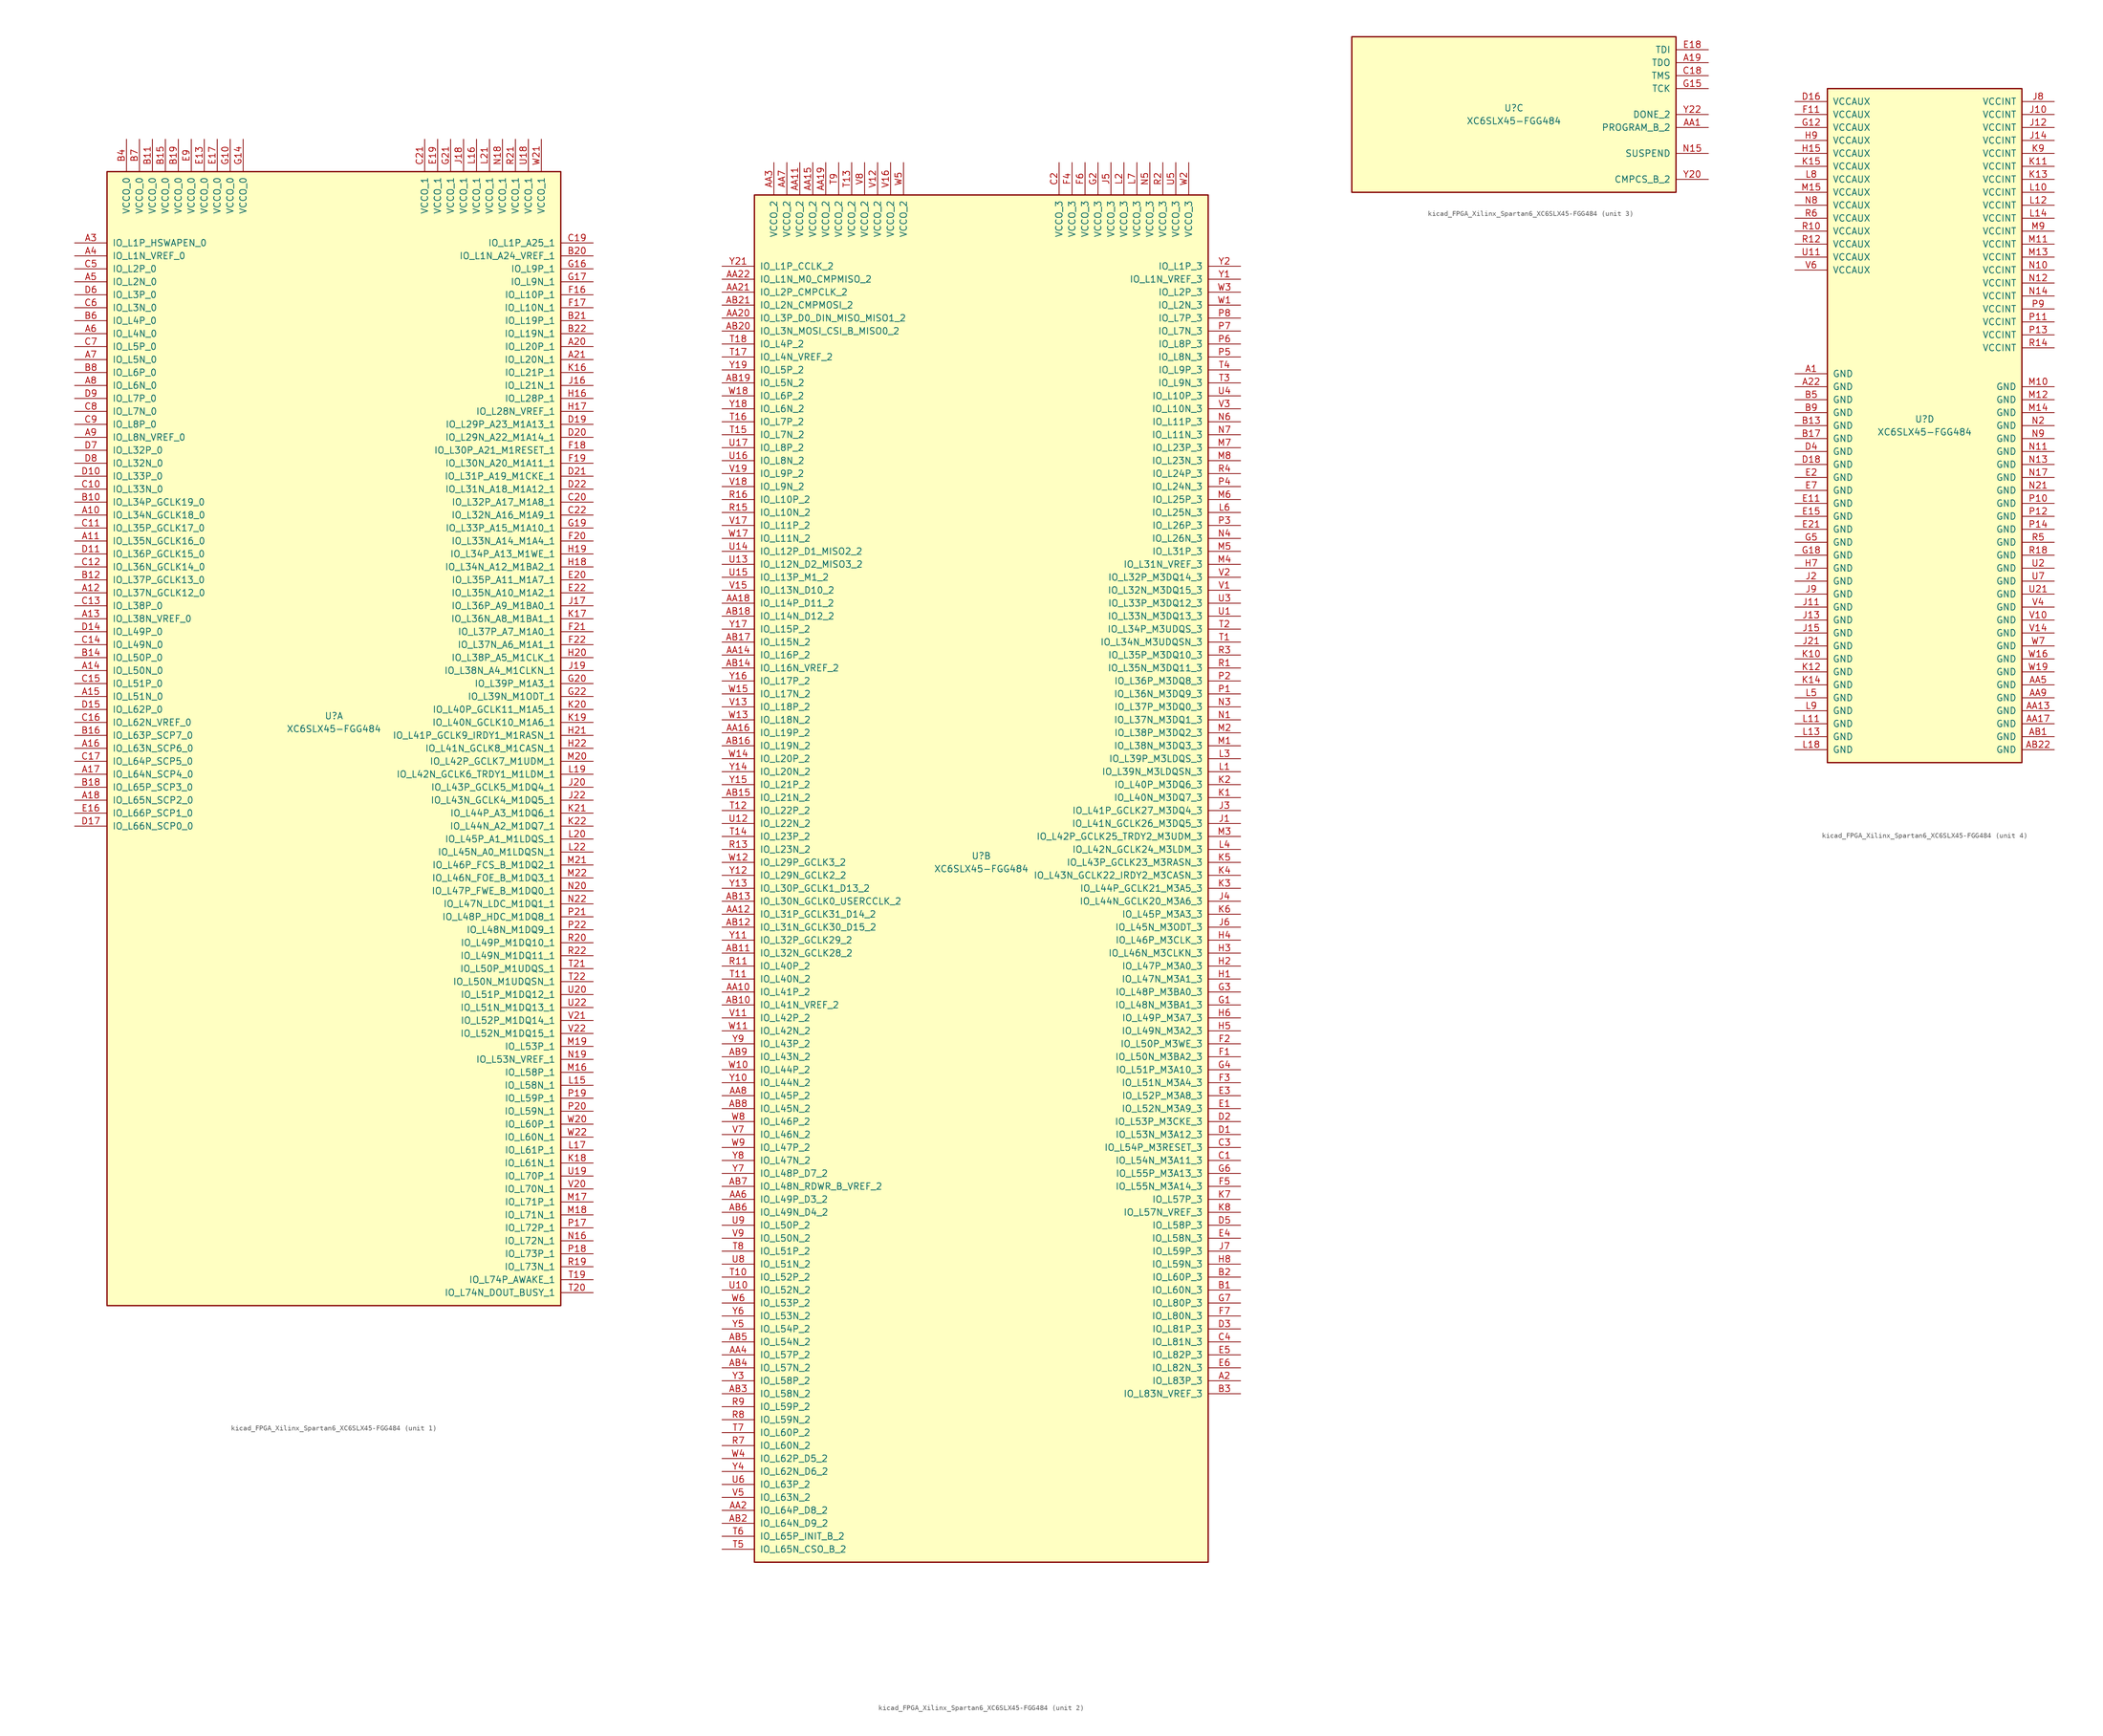
<source format=kicad_sym>
(kicad_symbol_lib
  (version 20220914)
  (generator kicad_symbol_editor)
  (symbol "kicad_FPGA_Xilinx_Spartan6_XC6SLX45-FGG484"
    (pin_names
      (offset 1.016))
    (property "Reference" "U"
      (at 0 1.27 0)
      (effects (font (size 1.27 1.27))))
    (property "Value" "XC6SLX45-FGG484"
      (at 0 -1.27 0)
      (effects (font (size 1.27 1.27))))
    (property "Datasheet" ""
      (at 0 0 0)
      (effects (font (size 1.27 1.27))))
    (property "ki_locked" ""
      (at 0 0 0)
      (effects (font (size 1.27 1.27))))
    (symbol "kicad_FPGA_Xilinx_Spartan6_XC6SLX45-FGG484_1_1"
      (rectangle (start -44.45 107.95) (end 44.45 -114.3) (stroke (width 0.254) (type default)) (fill (type background)))
      (pin bidirectional line (at -50.8 40.64 0) (length 6.35) (name "IO_L34N_GCLK18_0" (effects (font (size 1.27 1.27)))) (number "A10" (effects (font (size 1.27 1.27)))))
      (pin bidirectional line (at -50.8 35.56 0) (length 6.35) (name "IO_L35N_GCLK16_0" (effects (font (size 1.27 1.27)))) (number "A11" (effects (font (size 1.27 1.27)))))
      (pin bidirectional line (at -50.8 25.4 0) (length 6.35) (name "IO_L37N_GCLK12_0" (effects (font (size 1.27 1.27)))) (number "A12" (effects (font (size 1.27 1.27)))))
      (pin bidirectional line (at -50.8 20.32 0) (length 6.35) (name "IO_L38N_VREF_0" (effects (font (size 1.27 1.27)))) (number "A13" (effects (font (size 1.27 1.27)))))
      (pin bidirectional line (at -50.8 10.16 0) (length 6.35) (name "IO_L50N_0" (effects (font (size 1.27 1.27)))) (number "A14" (effects (font (size 1.27 1.27)))))
      (pin bidirectional line (at -50.8 5.08 0) (length 6.35) (name "IO_L51N_0" (effects (font (size 1.27 1.27)))) (number "A15" (effects (font (size 1.27 1.27)))))
      (pin bidirectional line (at -50.8 -5.08 0) (length 6.35) (name "IO_L63N_SCP6_0" (effects (font (size 1.27 1.27)))) (number "A16" (effects (font (size 1.27 1.27)))))
      (pin bidirectional line (at -50.8 -10.16 0) (length 6.35) (name "IO_L64N_SCP4_0" (effects (font (size 1.27 1.27)))) (number "A17" (effects (font (size 1.27 1.27)))))
      (pin bidirectional line (at -50.8 -15.24 0) (length 6.35) (name "IO_L65N_SCP2_0" (effects (font (size 1.27 1.27)))) (number "A18" (effects (font (size 1.27 1.27)))))
      (pin bidirectional line (at 50.8 73.66 180) (length 6.35) (name "IO_L20P_1" (effects (font (size 1.27 1.27)))) (number "A20" (effects (font (size 1.27 1.27)))))
      (pin bidirectional line (at 50.8 71.12 180) (length 6.35) (name "IO_L20N_1" (effects (font (size 1.27 1.27)))) (number "A21" (effects (font (size 1.27 1.27)))))
      (pin bidirectional line (at -50.8 93.98 0) (length 6.35) (name "IO_L1P_HSWAPEN_0" (effects (font (size 1.27 1.27)))) (number "A3" (effects (font (size 1.27 1.27)))))
      (pin bidirectional line (at -50.8 91.44 0) (length 6.35) (name "IO_L1N_VREF_0" (effects (font (size 1.27 1.27)))) (number "A4" (effects (font (size 1.27 1.27)))))
      (pin bidirectional line (at -50.8 86.36 0) (length 6.35) (name "IO_L2N_0" (effects (font (size 1.27 1.27)))) (number "A5" (effects (font (size 1.27 1.27)))))
      (pin bidirectional line (at -50.8 76.2 0) (length 6.35) (name "IO_L4N_0" (effects (font (size 1.27 1.27)))) (number "A6" (effects (font (size 1.27 1.27)))))
      (pin bidirectional line (at -50.8 71.12 0) (length 6.35) (name "IO_L5N_0" (effects (font (size 1.27 1.27)))) (number "A7" (effects (font (size 1.27 1.27)))))
      (pin bidirectional line (at -50.8 66.04 0) (length 6.35) (name "IO_L6N_0" (effects (font (size 1.27 1.27)))) (number "A8" (effects (font (size 1.27 1.27)))))
      (pin bidirectional line (at -50.8 55.88 0) (length 6.35) (name "IO_L8N_VREF_0" (effects (font (size 1.27 1.27)))) (number "A9" (effects (font (size 1.27 1.27)))))
      (pin bidirectional line (at -50.8 43.18 0) (length 6.35) (name "IO_L34P_GCLK19_0" (effects (font (size 1.27 1.27)))) (number "B10" (effects (font (size 1.27 1.27)))))
      (pin power_in line (at -35.56 114.3 270) (length 6.35) (name "VCCO_0" (effects (font (size 1.27 1.27)))) (number "B11" (effects (font (size 1.27 1.27)))))
      (pin bidirectional line (at -50.8 27.94 0) (length 6.35) (name "IO_L37P_GCLK13_0" (effects (font (size 1.27 1.27)))) (number "B12" (effects (font (size 1.27 1.27)))))
      (pin bidirectional line (at -50.8 12.7 0) (length 6.35) (name "IO_L50P_0" (effects (font (size 1.27 1.27)))) (number "B14" (effects (font (size 1.27 1.27)))))
      (pin power_in line (at -33.02 114.3 270) (length 6.35) (name "VCCO_0" (effects (font (size 1.27 1.27)))) (number "B15" (effects (font (size 1.27 1.27)))))
      (pin bidirectional line (at -50.8 -2.54 0) (length 6.35) (name "IO_L63P_SCP7_0" (effects (font (size 1.27 1.27)))) (number "B16" (effects (font (size 1.27 1.27)))))
      (pin bidirectional line (at -50.8 -12.7 0) (length 6.35) (name "IO_L65P_SCP3_0" (effects (font (size 1.27 1.27)))) (number "B18" (effects (font (size 1.27 1.27)))))
      (pin power_in line (at -30.48 114.3 270) (length 6.35) (name "VCCO_0" (effects (font (size 1.27 1.27)))) (number "B19" (effects (font (size 1.27 1.27)))))
      (pin bidirectional line (at 50.8 91.44 180) (length 6.35) (name "IO_L1N_A24_VREF_1" (effects (font (size 1.27 1.27)))) (number "B20" (effects (font (size 1.27 1.27)))))
      (pin bidirectional line (at 50.8 78.74 180) (length 6.35) (name "IO_L19P_1" (effects (font (size 1.27 1.27)))) (number "B21" (effects (font (size 1.27 1.27)))))
      (pin bidirectional line (at 50.8 76.2 180) (length 6.35) (name "IO_L19N_1" (effects (font (size 1.27 1.27)))) (number "B22" (effects (font (size 1.27 1.27)))))
      (pin power_in line (at -40.64 114.3 270) (length 6.35) (name "VCCO_0" (effects (font (size 1.27 1.27)))) (number "B4" (effects (font (size 1.27 1.27)))))
      (pin bidirectional line (at -50.8 78.74 0) (length 6.35) (name "IO_L4P_0" (effects (font (size 1.27 1.27)))) (number "B6" (effects (font (size 1.27 1.27)))))
      (pin power_in line (at -38.1 114.3 270) (length 6.35) (name "VCCO_0" (effects (font (size 1.27 1.27)))) (number "B7" (effects (font (size 1.27 1.27)))))
      (pin bidirectional line (at -50.8 68.58 0) (length 6.35) (name "IO_L6P_0" (effects (font (size 1.27 1.27)))) (number "B8" (effects (font (size 1.27 1.27)))))
      (pin bidirectional line (at -50.8 45.72 0) (length 6.35) (name "IO_L33N_0" (effects (font (size 1.27 1.27)))) (number "C10" (effects (font (size 1.27 1.27)))))
      (pin bidirectional line (at -50.8 38.1 0) (length 6.35) (name "IO_L35P_GCLK17_0" (effects (font (size 1.27 1.27)))) (number "C11" (effects (font (size 1.27 1.27)))))
      (pin bidirectional line (at -50.8 30.48 0) (length 6.35) (name "IO_L36N_GCLK14_0" (effects (font (size 1.27 1.27)))) (number "C12" (effects (font (size 1.27 1.27)))))
      (pin bidirectional line (at -50.8 22.86 0) (length 6.35) (name "IO_L38P_0" (effects (font (size 1.27 1.27)))) (number "C13" (effects (font (size 1.27 1.27)))))
      (pin bidirectional line (at -50.8 15.24 0) (length 6.35) (name "IO_L49N_0" (effects (font (size 1.27 1.27)))) (number "C14" (effects (font (size 1.27 1.27)))))
      (pin bidirectional line (at -50.8 7.62 0) (length 6.35) (name "IO_L51P_0" (effects (font (size 1.27 1.27)))) (number "C15" (effects (font (size 1.27 1.27)))))
      (pin bidirectional line (at -50.8 0 0) (length 6.35) (name "IO_L62N_VREF_0" (effects (font (size 1.27 1.27)))) (number "C16" (effects (font (size 1.27 1.27)))))
      (pin bidirectional line (at -50.8 -7.62 0) (length 6.35) (name "IO_L64P_SCP5_0" (effects (font (size 1.27 1.27)))) (number "C17" (effects (font (size 1.27 1.27)))))
      (pin bidirectional line (at 50.8 93.98 180) (length 6.35) (name "IO_L1P_A25_1" (effects (font (size 1.27 1.27)))) (number "C19" (effects (font (size 1.27 1.27)))))
      (pin bidirectional line (at 50.8 43.18 180) (length 6.35) (name "IO_L32P_A17_M1A8_1" (effects (font (size 1.27 1.27)))) (number "C20" (effects (font (size 1.27 1.27)))))
      (pin power_in line (at 17.78 114.3 270) (length 6.35) (name "VCCO_1" (effects (font (size 1.27 1.27)))) (number "C21" (effects (font (size 1.27 1.27)))))
      (pin bidirectional line (at 50.8 40.64 180) (length 6.35) (name "IO_L32N_A16_M1A9_1" (effects (font (size 1.27 1.27)))) (number "C22" (effects (font (size 1.27 1.27)))))
      (pin bidirectional line (at -50.8 88.9 0) (length 6.35) (name "IO_L2P_0" (effects (font (size 1.27 1.27)))) (number "C5" (effects (font (size 1.27 1.27)))))
      (pin bidirectional line (at -50.8 81.28 0) (length 6.35) (name "IO_L3N_0" (effects (font (size 1.27 1.27)))) (number "C6" (effects (font (size 1.27 1.27)))))
      (pin bidirectional line (at -50.8 73.66 0) (length 6.35) (name "IO_L5P_0" (effects (font (size 1.27 1.27)))) (number "C7" (effects (font (size 1.27 1.27)))))
      (pin bidirectional line (at -50.8 60.96 0) (length 6.35) (name "IO_L7N_0" (effects (font (size 1.27 1.27)))) (number "C8" (effects (font (size 1.27 1.27)))))
      (pin bidirectional line (at -50.8 58.42 0) (length 6.35) (name "IO_L8P_0" (effects (font (size 1.27 1.27)))) (number "C9" (effects (font (size 1.27 1.27)))))
      (pin bidirectional line (at -50.8 48.26 0) (length 6.35) (name "IO_L33P_0" (effects (font (size 1.27 1.27)))) (number "D10" (effects (font (size 1.27 1.27)))))
      (pin bidirectional line (at -50.8 33.02 0) (length 6.35) (name "IO_L36P_GCLK15_0" (effects (font (size 1.27 1.27)))) (number "D11" (effects (font (size 1.27 1.27)))))
      (pin bidirectional line (at -50.8 17.78 0) (length 6.35) (name "IO_L49P_0" (effects (font (size 1.27 1.27)))) (number "D14" (effects (font (size 1.27 1.27)))))
      (pin bidirectional line (at -50.8 2.54 0) (length 6.35) (name "IO_L62P_0" (effects (font (size 1.27 1.27)))) (number "D15" (effects (font (size 1.27 1.27)))))
      (pin bidirectional line (at -50.8 -20.32 0) (length 6.35) (name "IO_L66N_SCP0_0" (effects (font (size 1.27 1.27)))) (number "D17" (effects (font (size 1.27 1.27)))))
      (pin bidirectional line (at 50.8 58.42 180) (length 6.35) (name "IO_L29P_A23_M1A13_1" (effects (font (size 1.27 1.27)))) (number "D19" (effects (font (size 1.27 1.27)))))
      (pin bidirectional line (at 50.8 55.88 180) (length 6.35) (name "IO_L29N_A22_M1A14_1" (effects (font (size 1.27 1.27)))) (number "D20" (effects (font (size 1.27 1.27)))))
      (pin bidirectional line (at 50.8 48.26 180) (length 6.35) (name "IO_L31P_A19_M1CKE_1" (effects (font (size 1.27 1.27)))) (number "D21" (effects (font (size 1.27 1.27)))))
      (pin bidirectional line (at 50.8 45.72 180) (length 6.35) (name "IO_L31N_A18_M1A12_1" (effects (font (size 1.27 1.27)))) (number "D22" (effects (font (size 1.27 1.27)))))
      (pin bidirectional line (at -50.8 83.82 0) (length 6.35) (name "IO_L3P_0" (effects (font (size 1.27 1.27)))) (number "D6" (effects (font (size 1.27 1.27)))))
      (pin bidirectional line (at -50.8 53.34 0) (length 6.35) (name "IO_L32P_0" (effects (font (size 1.27 1.27)))) (number "D7" (effects (font (size 1.27 1.27)))))
      (pin bidirectional line (at -50.8 50.8 0) (length 6.35) (name "IO_L32N_0" (effects (font (size 1.27 1.27)))) (number "D8" (effects (font (size 1.27 1.27)))))
      (pin bidirectional line (at -50.8 63.5 0) (length 6.35) (name "IO_L7P_0" (effects (font (size 1.27 1.27)))) (number "D9" (effects (font (size 1.27 1.27)))))
      (pin power_in line (at -25.4 114.3 270) (length 6.35) (name "VCCO_0" (effects (font (size 1.27 1.27)))) (number "E13" (effects (font (size 1.27 1.27)))))
      (pin bidirectional line (at -50.8 -17.78 0) (length 6.35) (name "IO_L66P_SCP1_0" (effects (font (size 1.27 1.27)))) (number "E16" (effects (font (size 1.27 1.27)))))
      (pin power_in line (at -22.86 114.3 270) (length 6.35) (name "VCCO_0" (effects (font (size 1.27 1.27)))) (number "E17" (effects (font (size 1.27 1.27)))))
      (pin power_in line (at 20.32 114.3 270) (length 6.35) (name "VCCO_1" (effects (font (size 1.27 1.27)))) (number "E19" (effects (font (size 1.27 1.27)))))
      (pin bidirectional line (at 50.8 27.94 180) (length 6.35) (name "IO_L35P_A11_M1A7_1" (effects (font (size 1.27 1.27)))) (number "E20" (effects (font (size 1.27 1.27)))))
      (pin bidirectional line (at 50.8 25.4 180) (length 6.35) (name "IO_L35N_A10_M1A2_1" (effects (font (size 1.27 1.27)))) (number "E22" (effects (font (size 1.27 1.27)))))
      (pin power_in line (at -27.94 114.3 270) (length 6.35) (name "VCCO_0" (effects (font (size 1.27 1.27)))) (number "E9" (effects (font (size 1.27 1.27)))))
      (pin bidirectional line (at 50.8 83.82 180) (length 6.35) (name "IO_L10P_1" (effects (font (size 1.27 1.27)))) (number "F16" (effects (font (size 1.27 1.27)))))
      (pin bidirectional line (at 50.8 81.28 180) (length 6.35) (name "IO_L10N_1" (effects (font (size 1.27 1.27)))) (number "F17" (effects (font (size 1.27 1.27)))))
      (pin bidirectional line (at 50.8 53.34 180) (length 6.35) (name "IO_L30P_A21_M1RESET_1" (effects (font (size 1.27 1.27)))) (number "F18" (effects (font (size 1.27 1.27)))))
      (pin bidirectional line (at 50.8 50.8 180) (length 6.35) (name "IO_L30N_A20_M1A11_1" (effects (font (size 1.27 1.27)))) (number "F19" (effects (font (size 1.27 1.27)))))
      (pin bidirectional line (at 50.8 35.56 180) (length 6.35) (name "IO_L33N_A14_M1A4_1" (effects (font (size 1.27 1.27)))) (number "F20" (effects (font (size 1.27 1.27)))))
      (pin bidirectional line (at 50.8 17.78 180) (length 6.35) (name "IO_L37P_A7_M1A0_1" (effects (font (size 1.27 1.27)))) (number "F21" (effects (font (size 1.27 1.27)))))
      (pin bidirectional line (at 50.8 15.24 180) (length 6.35) (name "IO_L37N_A6_M1A1_1" (effects (font (size 1.27 1.27)))) (number "F22" (effects (font (size 1.27 1.27)))))
      (pin power_in line (at -20.32 114.3 270) (length 6.35) (name "VCCO_0" (effects (font (size 1.27 1.27)))) (number "G10" (effects (font (size 1.27 1.27)))))
      (pin power_in line (at -17.78 114.3 270) (length 6.35) (name "VCCO_0" (effects (font (size 1.27 1.27)))) (number "G14" (effects (font (size 1.27 1.27)))))
      (pin bidirectional line (at 50.8 88.9 180) (length 6.35) (name "IO_L9P_1" (effects (font (size 1.27 1.27)))) (number "G16" (effects (font (size 1.27 1.27)))))
      (pin bidirectional line (at 50.8 86.36 180) (length 6.35) (name "IO_L9N_1" (effects (font (size 1.27 1.27)))) (number "G17" (effects (font (size 1.27 1.27)))))
      (pin bidirectional line (at 50.8 38.1 180) (length 6.35) (name "IO_L33P_A15_M1A10_1" (effects (font (size 1.27 1.27)))) (number "G19" (effects (font (size 1.27 1.27)))))
      (pin bidirectional line (at 50.8 7.62 180) (length 6.35) (name "IO_L39P_M1A3_1" (effects (font (size 1.27 1.27)))) (number "G20" (effects (font (size 1.27 1.27)))))
      (pin power_in line (at 22.86 114.3 270) (length 6.35) (name "VCCO_1" (effects (font (size 1.27 1.27)))) (number "G21" (effects (font (size 1.27 1.27)))))
      (pin bidirectional line (at 50.8 5.08 180) (length 6.35) (name "IO_L39N_M1ODT_1" (effects (font (size 1.27 1.27)))) (number "G22" (effects (font (size 1.27 1.27)))))
      (pin bidirectional line (at 50.8 63.5 180) (length 6.35) (name "IO_L28P_1" (effects (font (size 1.27 1.27)))) (number "H16" (effects (font (size 1.27 1.27)))))
      (pin bidirectional line (at 50.8 60.96 180) (length 6.35) (name "IO_L28N_VREF_1" (effects (font (size 1.27 1.27)))) (number "H17" (effects (font (size 1.27 1.27)))))
      (pin bidirectional line (at 50.8 30.48 180) (length 6.35) (name "IO_L34N_A12_M1BA2_1" (effects (font (size 1.27 1.27)))) (number "H18" (effects (font (size 1.27 1.27)))))
      (pin bidirectional line (at 50.8 33.02 180) (length 6.35) (name "IO_L34P_A13_M1WE_1" (effects (font (size 1.27 1.27)))) (number "H19" (effects (font (size 1.27 1.27)))))
      (pin bidirectional line (at 50.8 12.7 180) (length 6.35) (name "IO_L38P_A5_M1CLK_1" (effects (font (size 1.27 1.27)))) (number "H20" (effects (font (size 1.27 1.27)))))
      (pin bidirectional line (at 50.8 -2.54 180) (length 6.35) (name "IO_L41P_GCLK9_IRDY1_M1RASN_1" (effects (font (size 1.27 1.27)))) (number "H21" (effects (font (size 1.27 1.27)))))
      (pin bidirectional line (at 50.8 -5.08 180) (length 6.35) (name "IO_L41N_GCLK8_M1CASN_1" (effects (font (size 1.27 1.27)))) (number "H22" (effects (font (size 1.27 1.27)))))
      (pin bidirectional line (at 50.8 66.04 180) (length 6.35) (name "IO_L21N_1" (effects (font (size 1.27 1.27)))) (number "J16" (effects (font (size 1.27 1.27)))))
      (pin bidirectional line (at 50.8 22.86 180) (length 6.35) (name "IO_L36P_A9_M1BA0_1" (effects (font (size 1.27 1.27)))) (number "J17" (effects (font (size 1.27 1.27)))))
      (pin power_in line (at 25.4 114.3 270) (length 6.35) (name "VCCO_1" (effects (font (size 1.27 1.27)))) (number "J18" (effects (font (size 1.27 1.27)))))
      (pin bidirectional line (at 50.8 10.16 180) (length 6.35) (name "IO_L38N_A4_M1CLKN_1" (effects (font (size 1.27 1.27)))) (number "J19" (effects (font (size 1.27 1.27)))))
      (pin bidirectional line (at 50.8 -12.7 180) (length 6.35) (name "IO_L43P_GCLK5_M1DQ4_1" (effects (font (size 1.27 1.27)))) (number "J20" (effects (font (size 1.27 1.27)))))
      (pin bidirectional line (at 50.8 -15.24 180) (length 6.35) (name "IO_L43N_GCLK4_M1DQ5_1" (effects (font (size 1.27 1.27)))) (number "J22" (effects (font (size 1.27 1.27)))))
      (pin bidirectional line (at 50.8 68.58 180) (length 6.35) (name "IO_L21P_1" (effects (font (size 1.27 1.27)))) (number "K16" (effects (font (size 1.27 1.27)))))
      (pin bidirectional line (at 50.8 20.32 180) (length 6.35) (name "IO_L36N_A8_M1BA1_1" (effects (font (size 1.27 1.27)))) (number "K17" (effects (font (size 1.27 1.27)))))
      (pin bidirectional line (at 50.8 -86.36 180) (length 6.35) (name "IO_L61N_1" (effects (font (size 1.27 1.27)))) (number "K18" (effects (font (size 1.27 1.27)))))
      (pin bidirectional line (at 50.8 0 180) (length 6.35) (name "IO_L40N_GCLK10_M1A6_1" (effects (font (size 1.27 1.27)))) (number "K19" (effects (font (size 1.27 1.27)))))
      (pin bidirectional line (at 50.8 2.54 180) (length 6.35) (name "IO_L40P_GCLK11_M1A5_1" (effects (font (size 1.27 1.27)))) (number "K20" (effects (font (size 1.27 1.27)))))
      (pin bidirectional line (at 50.8 -17.78 180) (length 6.35) (name "IO_L44P_A3_M1DQ6_1" (effects (font (size 1.27 1.27)))) (number "K21" (effects (font (size 1.27 1.27)))))
      (pin bidirectional line (at 50.8 -20.32 180) (length 6.35) (name "IO_L44N_A2_M1DQ7_1" (effects (font (size 1.27 1.27)))) (number "K22" (effects (font (size 1.27 1.27)))))
      (pin bidirectional line (at 50.8 -71.12 180) (length 6.35) (name "IO_L58N_1" (effects (font (size 1.27 1.27)))) (number "L15" (effects (font (size 1.27 1.27)))))
      (pin power_in line (at 27.94 114.3 270) (length 6.35) (name "VCCO_1" (effects (font (size 1.27 1.27)))) (number "L16" (effects (font (size 1.27 1.27)))))
      (pin bidirectional line (at 50.8 -83.82 180) (length 6.35) (name "IO_L61P_1" (effects (font (size 1.27 1.27)))) (number "L17" (effects (font (size 1.27 1.27)))))
      (pin bidirectional line (at 50.8 -10.16 180) (length 6.35) (name "IO_L42N_GCLK6_TRDY1_M1LDM_1" (effects (font (size 1.27 1.27)))) (number "L19" (effects (font (size 1.27 1.27)))))
      (pin bidirectional line (at 50.8 -22.86 180) (length 6.35) (name "IO_L45P_A1_M1LDQS_1" (effects (font (size 1.27 1.27)))) (number "L20" (effects (font (size 1.27 1.27)))))
      (pin power_in line (at 30.48 114.3 270) (length 6.35) (name "VCCO_1" (effects (font (size 1.27 1.27)))) (number "L21" (effects (font (size 1.27 1.27)))))
      (pin bidirectional line (at 50.8 -25.4 180) (length 6.35) (name "IO_L45N_A0_M1LDQSN_1" (effects (font (size 1.27 1.27)))) (number "L22" (effects (font (size 1.27 1.27)))))
      (pin bidirectional line (at 50.8 -68.58 180) (length 6.35) (name "IO_L58P_1" (effects (font (size 1.27 1.27)))) (number "M16" (effects (font (size 1.27 1.27)))))
      (pin bidirectional line (at 50.8 -93.98 180) (length 6.35) (name "IO_L71P_1" (effects (font (size 1.27 1.27)))) (number "M17" (effects (font (size 1.27 1.27)))))
      (pin bidirectional line (at 50.8 -96.52 180) (length 6.35) (name "IO_L71N_1" (effects (font (size 1.27 1.27)))) (number "M18" (effects (font (size 1.27 1.27)))))
      (pin bidirectional line (at 50.8 -63.5 180) (length 6.35) (name "IO_L53P_1" (effects (font (size 1.27 1.27)))) (number "M19" (effects (font (size 1.27 1.27)))))
      (pin bidirectional line (at 50.8 -7.62 180) (length 6.35) (name "IO_L42P_GCLK7_M1UDM_1" (effects (font (size 1.27 1.27)))) (number "M20" (effects (font (size 1.27 1.27)))))
      (pin bidirectional line (at 50.8 -27.94 180) (length 6.35) (name "IO_L46P_FCS_B_M1DQ2_1" (effects (font (size 1.27 1.27)))) (number "M21" (effects (font (size 1.27 1.27)))))
      (pin bidirectional line (at 50.8 -30.48 180) (length 6.35) (name "IO_L46N_FOE_B_M1DQ3_1" (effects (font (size 1.27 1.27)))) (number "M22" (effects (font (size 1.27 1.27)))))
      (pin bidirectional line (at 50.8 -101.6 180) (length 6.35) (name "IO_L72N_1" (effects (font (size 1.27 1.27)))) (number "N16" (effects (font (size 1.27 1.27)))))
      (pin power_in line (at 33.02 114.3 270) (length 6.35) (name "VCCO_1" (effects (font (size 1.27 1.27)))) (number "N18" (effects (font (size 1.27 1.27)))))
      (pin bidirectional line (at 50.8 -66.04 180) (length 6.35) (name "IO_L53N_VREF_1" (effects (font (size 1.27 1.27)))) (number "N19" (effects (font (size 1.27 1.27)))))
      (pin bidirectional line (at 50.8 -33.02 180) (length 6.35) (name "IO_L47P_FWE_B_M1DQ0_1" (effects (font (size 1.27 1.27)))) (number "N20" (effects (font (size 1.27 1.27)))))
      (pin bidirectional line (at 50.8 -35.56 180) (length 6.35) (name "IO_L47N_LDC_M1DQ1_1" (effects (font (size 1.27 1.27)))) (number "N22" (effects (font (size 1.27 1.27)))))
      (pin bidirectional line (at 50.8 -99.06 180) (length 6.35) (name "IO_L72P_1" (effects (font (size 1.27 1.27)))) (number "P17" (effects (font (size 1.27 1.27)))))
      (pin bidirectional line (at 50.8 -104.14 180) (length 6.35) (name "IO_L73P_1" (effects (font (size 1.27 1.27)))) (number "P18" (effects (font (size 1.27 1.27)))))
      (pin bidirectional line (at 50.8 -73.66 180) (length 6.35) (name "IO_L59P_1" (effects (font (size 1.27 1.27)))) (number "P19" (effects (font (size 1.27 1.27)))))
      (pin bidirectional line (at 50.8 -76.2 180) (length 6.35) (name "IO_L59N_1" (effects (font (size 1.27 1.27)))) (number "P20" (effects (font (size 1.27 1.27)))))
      (pin bidirectional line (at 50.8 -38.1 180) (length 6.35) (name "IO_L48P_HDC_M1DQ8_1" (effects (font (size 1.27 1.27)))) (number "P21" (effects (font (size 1.27 1.27)))))
      (pin bidirectional line (at 50.8 -40.64 180) (length 6.35) (name "IO_L48N_M1DQ9_1" (effects (font (size 1.27 1.27)))) (number "P22" (effects (font (size 1.27 1.27)))))
      (pin bidirectional line (at 50.8 -106.68 180) (length 6.35) (name "IO_L73N_1" (effects (font (size 1.27 1.27)))) (number "R19" (effects (font (size 1.27 1.27)))))
      (pin bidirectional line (at 50.8 -43.18 180) (length 6.35) (name "IO_L49P_M1DQ10_1" (effects (font (size 1.27 1.27)))) (number "R20" (effects (font (size 1.27 1.27)))))
      (pin power_in line (at 35.56 114.3 270) (length 6.35) (name "VCCO_1" (effects (font (size 1.27 1.27)))) (number "R21" (effects (font (size 1.27 1.27)))))
      (pin bidirectional line (at 50.8 -45.72 180) (length 6.35) (name "IO_L49N_M1DQ11_1" (effects (font (size 1.27 1.27)))) (number "R22" (effects (font (size 1.27 1.27)))))
      (pin bidirectional line (at 50.8 -109.22 180) (length 6.35) (name "IO_L74P_AWAKE_1" (effects (font (size 1.27 1.27)))) (number "T19" (effects (font (size 1.27 1.27)))))
      (pin bidirectional line (at 50.8 -111.76 180) (length 6.35) (name "IO_L74N_DOUT_BUSY_1" (effects (font (size 1.27 1.27)))) (number "T20" (effects (font (size 1.27 1.27)))))
      (pin bidirectional line (at 50.8 -48.26 180) (length 6.35) (name "IO_L50P_M1UDQS_1" (effects (font (size 1.27 1.27)))) (number "T21" (effects (font (size 1.27 1.27)))))
      (pin bidirectional line (at 50.8 -50.8 180) (length 6.35) (name "IO_L50N_M1UDQSN_1" (effects (font (size 1.27 1.27)))) (number "T22" (effects (font (size 1.27 1.27)))))
      (pin power_in line (at 38.1 114.3 270) (length 6.35) (name "VCCO_1" (effects (font (size 1.27 1.27)))) (number "U18" (effects (font (size 1.27 1.27)))))
      (pin bidirectional line (at 50.8 -88.9 180) (length 6.35) (name "IO_L70P_1" (effects (font (size 1.27 1.27)))) (number "U19" (effects (font (size 1.27 1.27)))))
      (pin bidirectional line (at 50.8 -53.34 180) (length 6.35) (name "IO_L51P_M1DQ12_1" (effects (font (size 1.27 1.27)))) (number "U20" (effects (font (size 1.27 1.27)))))
      (pin bidirectional line (at 50.8 -55.88 180) (length 6.35) (name "IO_L51N_M1DQ13_1" (effects (font (size 1.27 1.27)))) (number "U22" (effects (font (size 1.27 1.27)))))
      (pin bidirectional line (at 50.8 -91.44 180) (length 6.35) (name "IO_L70N_1" (effects (font (size 1.27 1.27)))) (number "V20" (effects (font (size 1.27 1.27)))))
      (pin bidirectional line (at 50.8 -58.42 180) (length 6.35) (name "IO_L52P_M1DQ14_1" (effects (font (size 1.27 1.27)))) (number "V21" (effects (font (size 1.27 1.27)))))
      (pin bidirectional line (at 50.8 -60.96 180) (length 6.35) (name "IO_L52N_M1DQ15_1" (effects (font (size 1.27 1.27)))) (number "V22" (effects (font (size 1.27 1.27)))))
      (pin bidirectional line (at 50.8 -78.74 180) (length 6.35) (name "IO_L60P_1" (effects (font (size 1.27 1.27)))) (number "W20" (effects (font (size 1.27 1.27)))))
      (pin power_in line (at 40.64 114.3 270) (length 6.35) (name "VCCO_1" (effects (font (size 1.27 1.27)))) (number "W21" (effects (font (size 1.27 1.27)))))
      (pin bidirectional line (at 50.8 -81.28 180) (length 6.35) (name "IO_L60N_1" (effects (font (size 1.27 1.27)))) (number "W22" (effects (font (size 1.27 1.27))))))
    (symbol "kicad_FPGA_Xilinx_Spartan6_XC6SLX45-FGG484_2_1"
      (rectangle (start -44.45 130.81) (end 44.45 -137.16) (stroke (width 0.254) (type default)) (fill (type background)))
      (pin bidirectional line (at 50.8 -101.6 180) (length 6.35) (name "IO_L83P_3" (effects (font (size 1.27 1.27)))) (number "A2" (effects (font (size 1.27 1.27)))))
      (pin bidirectional line (at -50.8 -25.4 0) (length 6.35) (name "IO_L41P_2" (effects (font (size 1.27 1.27)))) (number "AA10" (effects (font (size 1.27 1.27)))))
      (pin power_in line (at -35.56 137.16 270) (length 6.35) (name "VCCO_2" (effects (font (size 1.27 1.27)))) (number "AA11" (effects (font (size 1.27 1.27)))))
      (pin bidirectional line (at -50.8 -10.16 0) (length 6.35) (name "IO_L31P_GCLK31_D14_2" (effects (font (size 1.27 1.27)))) (number "AA12" (effects (font (size 1.27 1.27)))))
      (pin bidirectional line (at -50.8 40.64 0) (length 6.35) (name "IO_L16P_2" (effects (font (size 1.27 1.27)))) (number "AA14" (effects (font (size 1.27 1.27)))))
      (pin power_in line (at -33.02 137.16 270) (length 6.35) (name "VCCO_2" (effects (font (size 1.27 1.27)))) (number "AA15" (effects (font (size 1.27 1.27)))))
      (pin bidirectional line (at -50.8 25.4 0) (length 6.35) (name "IO_L19P_2" (effects (font (size 1.27 1.27)))) (number "AA16" (effects (font (size 1.27 1.27)))))
      (pin bidirectional line (at -50.8 50.8 0) (length 6.35) (name "IO_L14P_D11_2" (effects (font (size 1.27 1.27)))) (number "AA18" (effects (font (size 1.27 1.27)))))
      (pin power_in line (at -30.48 137.16 270) (length 6.35) (name "VCCO_2" (effects (font (size 1.27 1.27)))) (number "AA19" (effects (font (size 1.27 1.27)))))
      (pin bidirectional line (at -50.8 -127 0) (length 6.35) (name "IO_L64P_D8_2" (effects (font (size 1.27 1.27)))) (number "AA2" (effects (font (size 1.27 1.27)))))
      (pin bidirectional line (at -50.8 106.68 0) (length 6.35) (name "IO_L3P_D0_DIN_MISO_MISO1_2" (effects (font (size 1.27 1.27)))) (number "AA20" (effects (font (size 1.27 1.27)))))
      (pin bidirectional line (at -50.8 111.76 0) (length 6.35) (name "IO_L2P_CMPCLK_2" (effects (font (size 1.27 1.27)))) (number "AA21" (effects (font (size 1.27 1.27)))))
      (pin bidirectional line (at -50.8 114.3 0) (length 6.35) (name "IO_L1N_M0_CMPMISO_2" (effects (font (size 1.27 1.27)))) (number "AA22" (effects (font (size 1.27 1.27)))))
      (pin power_in line (at -40.64 137.16 270) (length 6.35) (name "VCCO_2" (effects (font (size 1.27 1.27)))) (number "AA3" (effects (font (size 1.27 1.27)))))
      (pin bidirectional line (at -50.8 -96.52 0) (length 6.35) (name "IO_L57P_2" (effects (font (size 1.27 1.27)))) (number "AA4" (effects (font (size 1.27 1.27)))))
      (pin bidirectional line (at -50.8 -66.04 0) (length 6.35) (name "IO_L49P_D3_2" (effects (font (size 1.27 1.27)))) (number "AA6" (effects (font (size 1.27 1.27)))))
      (pin power_in line (at -38.1 137.16 270) (length 6.35) (name "VCCO_2" (effects (font (size 1.27 1.27)))) (number "AA7" (effects (font (size 1.27 1.27)))))
      (pin bidirectional line (at -50.8 -45.72 0) (length 6.35) (name "IO_L45P_2" (effects (font (size 1.27 1.27)))) (number "AA8" (effects (font (size 1.27 1.27)))))
      (pin bidirectional line (at -50.8 -27.94 0) (length 6.35) (name "IO_L41N_VREF_2" (effects (font (size 1.27 1.27)))) (number "AB10" (effects (font (size 1.27 1.27)))))
      (pin bidirectional line (at -50.8 -17.78 0) (length 6.35) (name "IO_L32N_GCLK28_2" (effects (font (size 1.27 1.27)))) (number "AB11" (effects (font (size 1.27 1.27)))))
      (pin bidirectional line (at -50.8 -12.7 0) (length 6.35) (name "IO_L31N_GCLK30_D15_2" (effects (font (size 1.27 1.27)))) (number "AB12" (effects (font (size 1.27 1.27)))))
      (pin bidirectional line (at -50.8 -7.62 0) (length 6.35) (name "IO_L30N_GCLK0_USERCCLK_2" (effects (font (size 1.27 1.27)))) (number "AB13" (effects (font (size 1.27 1.27)))))
      (pin bidirectional line (at -50.8 38.1 0) (length 6.35) (name "IO_L16N_VREF_2" (effects (font (size 1.27 1.27)))) (number "AB14" (effects (font (size 1.27 1.27)))))
      (pin bidirectional line (at -50.8 12.7 0) (length 6.35) (name "IO_L21N_2" (effects (font (size 1.27 1.27)))) (number "AB15" (effects (font (size 1.27 1.27)))))
      (pin bidirectional line (at -50.8 22.86 0) (length 6.35) (name "IO_L19N_2" (effects (font (size 1.27 1.27)))) (number "AB16" (effects (font (size 1.27 1.27)))))
      (pin bidirectional line (at -50.8 43.18 0) (length 6.35) (name "IO_L15N_2" (effects (font (size 1.27 1.27)))) (number "AB17" (effects (font (size 1.27 1.27)))))
      (pin bidirectional line (at -50.8 48.26 0) (length 6.35) (name "IO_L14N_D12_2" (effects (font (size 1.27 1.27)))) (number "AB18" (effects (font (size 1.27 1.27)))))
      (pin bidirectional line (at -50.8 93.98 0) (length 6.35) (name "IO_L5N_2" (effects (font (size 1.27 1.27)))) (number "AB19" (effects (font (size 1.27 1.27)))))
      (pin bidirectional line (at -50.8 -129.54 0) (length 6.35) (name "IO_L64N_D9_2" (effects (font (size 1.27 1.27)))) (number "AB2" (effects (font (size 1.27 1.27)))))
      (pin bidirectional line (at -50.8 104.14 0) (length 6.35) (name "IO_L3N_MOSI_CSI_B_MISO0_2" (effects (font (size 1.27 1.27)))) (number "AB20" (effects (font (size 1.27 1.27)))))
      (pin bidirectional line (at -50.8 109.22 0) (length 6.35) (name "IO_L2N_CMPMOSI_2" (effects (font (size 1.27 1.27)))) (number "AB21" (effects (font (size 1.27 1.27)))))
      (pin bidirectional line (at -50.8 -104.14 0) (length 6.35) (name "IO_L58N_2" (effects (font (size 1.27 1.27)))) (number "AB3" (effects (font (size 1.27 1.27)))))
      (pin bidirectional line (at -50.8 -99.06 0) (length 6.35) (name "IO_L57N_2" (effects (font (size 1.27 1.27)))) (number "AB4" (effects (font (size 1.27 1.27)))))
      (pin bidirectional line (at -50.8 -93.98 0) (length 6.35) (name "IO_L54N_2" (effects (font (size 1.27 1.27)))) (number "AB5" (effects (font (size 1.27 1.27)))))
      (pin bidirectional line (at -50.8 -68.58 0) (length 6.35) (name "IO_L49N_D4_2" (effects (font (size 1.27 1.27)))) (number "AB6" (effects (font (size 1.27 1.27)))))
      (pin bidirectional line (at -50.8 -63.5 0) (length 6.35) (name "IO_L48N_RDWR_B_VREF_2" (effects (font (size 1.27 1.27)))) (number "AB7" (effects (font (size 1.27 1.27)))))
      (pin bidirectional line (at -50.8 -48.26 0) (length 6.35) (name "IO_L45N_2" (effects (font (size 1.27 1.27)))) (number "AB8" (effects (font (size 1.27 1.27)))))
      (pin bidirectional line (at -50.8 -38.1 0) (length 6.35) (name "IO_L43N_2" (effects (font (size 1.27 1.27)))) (number "AB9" (effects (font (size 1.27 1.27)))))
      (pin bidirectional line (at 50.8 -83.82 180) (length 6.35) (name "IO_L60N_3" (effects (font (size 1.27 1.27)))) (number "B1" (effects (font (size 1.27 1.27)))))
      (pin bidirectional line (at 50.8 -81.28 180) (length 6.35) (name "IO_L60P_3" (effects (font (size 1.27 1.27)))) (number "B2" (effects (font (size 1.27 1.27)))))
      (pin bidirectional line (at 50.8 -104.14 180) (length 6.35) (name "IO_L83N_VREF_3" (effects (font (size 1.27 1.27)))) (number "B3" (effects (font (size 1.27 1.27)))))
      (pin bidirectional line (at 50.8 -58.42 180) (length 6.35) (name "IO_L54N_M3A11_3" (effects (font (size 1.27 1.27)))) (number "C1" (effects (font (size 1.27 1.27)))))
      (pin power_in line (at 15.24 137.16 270) (length 6.35) (name "VCCO_3" (effects (font (size 1.27 1.27)))) (number "C2" (effects (font (size 1.27 1.27)))))
      (pin bidirectional line (at 50.8 -55.88 180) (length 6.35) (name "IO_L54P_M3RESET_3" (effects (font (size 1.27 1.27)))) (number "C3" (effects (font (size 1.27 1.27)))))
      (pin bidirectional line (at 50.8 -93.98 180) (length 6.35) (name "IO_L81N_3" (effects (font (size 1.27 1.27)))) (number "C4" (effects (font (size 1.27 1.27)))))
      (pin bidirectional line (at 50.8 -53.34 180) (length 6.35) (name "IO_L53N_M3A12_3" (effects (font (size 1.27 1.27)))) (number "D1" (effects (font (size 1.27 1.27)))))
      (pin bidirectional line (at 50.8 -50.8 180) (length 6.35) (name "IO_L53P_M3CKE_3" (effects (font (size 1.27 1.27)))) (number "D2" (effects (font (size 1.27 1.27)))))
      (pin bidirectional line (at 50.8 -91.44 180) (length 6.35) (name "IO_L81P_3" (effects (font (size 1.27 1.27)))) (number "D3" (effects (font (size 1.27 1.27)))))
      (pin bidirectional line (at 50.8 -71.12 180) (length 6.35) (name "IO_L58P_3" (effects (font (size 1.27 1.27)))) (number "D5" (effects (font (size 1.27 1.27)))))
      (pin bidirectional line (at 50.8 -48.26 180) (length 6.35) (name "IO_L52N_M3A9_3" (effects (font (size 1.27 1.27)))) (number "E1" (effects (font (size 1.27 1.27)))))
      (pin bidirectional line (at 50.8 -45.72 180) (length 6.35) (name "IO_L52P_M3A8_3" (effects (font (size 1.27 1.27)))) (number "E3" (effects (font (size 1.27 1.27)))))
      (pin bidirectional line (at 50.8 -73.66 180) (length 6.35) (name "IO_L58N_3" (effects (font (size 1.27 1.27)))) (number "E4" (effects (font (size 1.27 1.27)))))
      (pin bidirectional line (at 50.8 -96.52 180) (length 6.35) (name "IO_L82P_3" (effects (font (size 1.27 1.27)))) (number "E5" (effects (font (size 1.27 1.27)))))
      (pin bidirectional line (at 50.8 -99.06 180) (length 6.35) (name "IO_L82N_3" (effects (font (size 1.27 1.27)))) (number "E6" (effects (font (size 1.27 1.27)))))
      (pin bidirectional line (at 50.8 -38.1 180) (length 6.35) (name "IO_L50N_M3BA2_3" (effects (font (size 1.27 1.27)))) (number "F1" (effects (font (size 1.27 1.27)))))
      (pin bidirectional line (at 50.8 -35.56 180) (length 6.35) (name "IO_L50P_M3WE_3" (effects (font (size 1.27 1.27)))) (number "F2" (effects (font (size 1.27 1.27)))))
      (pin bidirectional line (at 50.8 -43.18 180) (length 6.35) (name "IO_L51N_M3A4_3" (effects (font (size 1.27 1.27)))) (number "F3" (effects (font (size 1.27 1.27)))))
      (pin power_in line (at 17.78 137.16 270) (length 6.35) (name "VCCO_3" (effects (font (size 1.27 1.27)))) (number "F4" (effects (font (size 1.27 1.27)))))
      (pin bidirectional line (at 50.8 -63.5 180) (length 6.35) (name "IO_L55N_M3A14_3" (effects (font (size 1.27 1.27)))) (number "F5" (effects (font (size 1.27 1.27)))))
      (pin power_in line (at 20.32 137.16 270) (length 6.35) (name "VCCO_3" (effects (font (size 1.27 1.27)))) (number "F6" (effects (font (size 1.27 1.27)))))
      (pin bidirectional line (at 50.8 -88.9 180) (length 6.35) (name "IO_L80N_3" (effects (font (size 1.27 1.27)))) (number "F7" (effects (font (size 1.27 1.27)))))
      (pin bidirectional line (at 50.8 -27.94 180) (length 6.35) (name "IO_L48N_M3BA1_3" (effects (font (size 1.27 1.27)))) (number "G1" (effects (font (size 1.27 1.27)))))
      (pin power_in line (at 22.86 137.16 270) (length 6.35) (name "VCCO_3" (effects (font (size 1.27 1.27)))) (number "G2" (effects (font (size 1.27 1.27)))))
      (pin bidirectional line (at 50.8 -25.4 180) (length 6.35) (name "IO_L48P_M3BA0_3" (effects (font (size 1.27 1.27)))) (number "G3" (effects (font (size 1.27 1.27)))))
      (pin bidirectional line (at 50.8 -40.64 180) (length 6.35) (name "IO_L51P_M3A10_3" (effects (font (size 1.27 1.27)))) (number "G4" (effects (font (size 1.27 1.27)))))
      (pin bidirectional line (at 50.8 -60.96 180) (length 6.35) (name "IO_L55P_M3A13_3" (effects (font (size 1.27 1.27)))) (number "G6" (effects (font (size 1.27 1.27)))))
      (pin bidirectional line (at 50.8 -86.36 180) (length 6.35) (name "IO_L80P_3" (effects (font (size 1.27 1.27)))) (number "G7" (effects (font (size 1.27 1.27)))))
      (pin bidirectional line (at 50.8 -22.86 180) (length 6.35) (name "IO_L47N_M3A1_3" (effects (font (size 1.27 1.27)))) (number "H1" (effects (font (size 1.27 1.27)))))
      (pin bidirectional line (at 50.8 -20.32 180) (length 6.35) (name "IO_L47P_M3A0_3" (effects (font (size 1.27 1.27)))) (number "H2" (effects (font (size 1.27 1.27)))))
      (pin bidirectional line (at 50.8 -17.78 180) (length 6.35) (name "IO_L46N_M3CLKN_3" (effects (font (size 1.27 1.27)))) (number "H3" (effects (font (size 1.27 1.27)))))
      (pin bidirectional line (at 50.8 -15.24 180) (length 6.35) (name "IO_L46P_M3CLK_3" (effects (font (size 1.27 1.27)))) (number "H4" (effects (font (size 1.27 1.27)))))
      (pin bidirectional line (at 50.8 -33.02 180) (length 6.35) (name "IO_L49N_M3A2_3" (effects (font (size 1.27 1.27)))) (number "H5" (effects (font (size 1.27 1.27)))))
      (pin bidirectional line (at 50.8 -30.48 180) (length 6.35) (name "IO_L49P_M3A7_3" (effects (font (size 1.27 1.27)))) (number "H6" (effects (font (size 1.27 1.27)))))
      (pin bidirectional line (at 50.8 -78.74 180) (length 6.35) (name "IO_L59N_3" (effects (font (size 1.27 1.27)))) (number "H8" (effects (font (size 1.27 1.27)))))
      (pin bidirectional line (at 50.8 7.62 180) (length 6.35) (name "IO_L41N_GCLK26_M3DQ5_3" (effects (font (size 1.27 1.27)))) (number "J1" (effects (font (size 1.27 1.27)))))
      (pin bidirectional line (at 50.8 10.16 180) (length 6.35) (name "IO_L41P_GCLK27_M3DQ4_3" (effects (font (size 1.27 1.27)))) (number "J3" (effects (font (size 1.27 1.27)))))
      (pin bidirectional line (at 50.8 -7.62 180) (length 6.35) (name "IO_L44N_GCLK20_M3A6_3" (effects (font (size 1.27 1.27)))) (number "J4" (effects (font (size 1.27 1.27)))))
      (pin power_in line (at 25.4 137.16 270) (length 6.35) (name "VCCO_3" (effects (font (size 1.27 1.27)))) (number "J5" (effects (font (size 1.27 1.27)))))
      (pin bidirectional line (at 50.8 -12.7 180) (length 6.35) (name "IO_L45N_M3ODT_3" (effects (font (size 1.27 1.27)))) (number "J6" (effects (font (size 1.27 1.27)))))
      (pin bidirectional line (at 50.8 -76.2 180) (length 6.35) (name "IO_L59P_3" (effects (font (size 1.27 1.27)))) (number "J7" (effects (font (size 1.27 1.27)))))
      (pin bidirectional line (at 50.8 12.7 180) (length 6.35) (name "IO_L40N_M3DQ7_3" (effects (font (size 1.27 1.27)))) (number "K1" (effects (font (size 1.27 1.27)))))
      (pin bidirectional line (at 50.8 15.24 180) (length 6.35) (name "IO_L40P_M3DQ6_3" (effects (font (size 1.27 1.27)))) (number "K2" (effects (font (size 1.27 1.27)))))
      (pin bidirectional line (at 50.8 -5.08 180) (length 6.35) (name "IO_L44P_GCLK21_M3A5_3" (effects (font (size 1.27 1.27)))) (number "K3" (effects (font (size 1.27 1.27)))))
      (pin bidirectional line (at 50.8 -2.54 180) (length 6.35) (name "IO_L43N_GCLK22_IRDY2_M3CASN_3" (effects (font (size 1.27 1.27)))) (number "K4" (effects (font (size 1.27 1.27)))))
      (pin bidirectional line (at 50.8 0 180) (length 6.35) (name "IO_L43P_GCLK23_M3RASN_3" (effects (font (size 1.27 1.27)))) (number "K5" (effects (font (size 1.27 1.27)))))
      (pin bidirectional line (at 50.8 -10.16 180) (length 6.35) (name "IO_L45P_M3A3_3" (effects (font (size 1.27 1.27)))) (number "K6" (effects (font (size 1.27 1.27)))))
      (pin bidirectional line (at 50.8 -66.04 180) (length 6.35) (name "IO_L57P_3" (effects (font (size 1.27 1.27)))) (number "K7" (effects (font (size 1.27 1.27)))))
      (pin bidirectional line (at 50.8 -68.58 180) (length 6.35) (name "IO_L57N_VREF_3" (effects (font (size 1.27 1.27)))) (number "K8" (effects (font (size 1.27 1.27)))))
      (pin bidirectional line (at 50.8 17.78 180) (length 6.35) (name "IO_L39N_M3LDQSN_3" (effects (font (size 1.27 1.27)))) (number "L1" (effects (font (size 1.27 1.27)))))
      (pin power_in line (at 27.94 137.16 270) (length 6.35) (name "VCCO_3" (effects (font (size 1.27 1.27)))) (number "L2" (effects (font (size 1.27 1.27)))))
      (pin bidirectional line (at 50.8 20.32 180) (length 6.35) (name "IO_L39P_M3LDQS_3" (effects (font (size 1.27 1.27)))) (number "L3" (effects (font (size 1.27 1.27)))))
      (pin bidirectional line (at 50.8 2.54 180) (length 6.35) (name "IO_L42N_GCLK24_M3LDM_3" (effects (font (size 1.27 1.27)))) (number "L4" (effects (font (size 1.27 1.27)))))
      (pin bidirectional line (at 50.8 68.58 180) (length 6.35) (name "IO_L25N_3" (effects (font (size 1.27 1.27)))) (number "L6" (effects (font (size 1.27 1.27)))))
      (pin power_in line (at 30.48 137.16 270) (length 6.35) (name "VCCO_3" (effects (font (size 1.27 1.27)))) (number "L7" (effects (font (size 1.27 1.27)))))
      (pin bidirectional line (at 50.8 22.86 180) (length 6.35) (name "IO_L38N_M3DQ3_3" (effects (font (size 1.27 1.27)))) (number "M1" (effects (font (size 1.27 1.27)))))
      (pin bidirectional line (at 50.8 25.4 180) (length 6.35) (name "IO_L38P_M3DQ2_3" (effects (font (size 1.27 1.27)))) (number "M2" (effects (font (size 1.27 1.27)))))
      (pin bidirectional line (at 50.8 5.08 180) (length 6.35) (name "IO_L42P_GCLK25_TRDY2_M3UDM_3" (effects (font (size 1.27 1.27)))) (number "M3" (effects (font (size 1.27 1.27)))))
      (pin bidirectional line (at 50.8 58.42 180) (length 6.35) (name "IO_L31N_VREF_3" (effects (font (size 1.27 1.27)))) (number "M4" (effects (font (size 1.27 1.27)))))
      (pin bidirectional line (at 50.8 60.96 180) (length 6.35) (name "IO_L31P_3" (effects (font (size 1.27 1.27)))) (number "M5" (effects (font (size 1.27 1.27)))))
      (pin bidirectional line (at 50.8 71.12 180) (length 6.35) (name "IO_L25P_3" (effects (font (size 1.27 1.27)))) (number "M6" (effects (font (size 1.27 1.27)))))
      (pin bidirectional line (at 50.8 81.28 180) (length 6.35) (name "IO_L23P_3" (effects (font (size 1.27 1.27)))) (number "M7" (effects (font (size 1.27 1.27)))))
      (pin bidirectional line (at 50.8 78.74 180) (length 6.35) (name "IO_L23N_3" (effects (font (size 1.27 1.27)))) (number "M8" (effects (font (size 1.27 1.27)))))
      (pin bidirectional line (at 50.8 27.94 180) (length 6.35) (name "IO_L37N_M3DQ1_3" (effects (font (size 1.27 1.27)))) (number "N1" (effects (font (size 1.27 1.27)))))
      (pin bidirectional line (at 50.8 30.48 180) (length 6.35) (name "IO_L37P_M3DQ0_3" (effects (font (size 1.27 1.27)))) (number "N3" (effects (font (size 1.27 1.27)))))
      (pin bidirectional line (at 50.8 63.5 180) (length 6.35) (name "IO_L26N_3" (effects (font (size 1.27 1.27)))) (number "N4" (effects (font (size 1.27 1.27)))))
      (pin power_in line (at 33.02 137.16 270) (length 6.35) (name "VCCO_3" (effects (font (size 1.27 1.27)))) (number "N5" (effects (font (size 1.27 1.27)))))
      (pin bidirectional line (at 50.8 86.36 180) (length 6.35) (name "IO_L11P_3" (effects (font (size 1.27 1.27)))) (number "N6" (effects (font (size 1.27 1.27)))))
      (pin bidirectional line (at 50.8 83.82 180) (length 6.35) (name "IO_L11N_3" (effects (font (size 1.27 1.27)))) (number "N7" (effects (font (size 1.27 1.27)))))
      (pin bidirectional line (at 50.8 33.02 180) (length 6.35) (name "IO_L36N_M3DQ9_3" (effects (font (size 1.27 1.27)))) (number "P1" (effects (font (size 1.27 1.27)))))
      (pin bidirectional line (at 50.8 35.56 180) (length 6.35) (name "IO_L36P_M3DQ8_3" (effects (font (size 1.27 1.27)))) (number "P2" (effects (font (size 1.27 1.27)))))
      (pin bidirectional line (at 50.8 66.04 180) (length 6.35) (name "IO_L26P_3" (effects (font (size 1.27 1.27)))) (number "P3" (effects (font (size 1.27 1.27)))))
      (pin bidirectional line (at 50.8 73.66 180) (length 6.35) (name "IO_L24N_3" (effects (font (size 1.27 1.27)))) (number "P4" (effects (font (size 1.27 1.27)))))
      (pin bidirectional line (at 50.8 99.06 180) (length 6.35) (name "IO_L8N_3" (effects (font (size 1.27 1.27)))) (number "P5" (effects (font (size 1.27 1.27)))))
      (pin bidirectional line (at 50.8 101.6 180) (length 6.35) (name "IO_L8P_3" (effects (font (size 1.27 1.27)))) (number "P6" (effects (font (size 1.27 1.27)))))
      (pin bidirectional line (at 50.8 104.14 180) (length 6.35) (name "IO_L7N_3" (effects (font (size 1.27 1.27)))) (number "P7" (effects (font (size 1.27 1.27)))))
      (pin bidirectional line (at 50.8 106.68 180) (length 6.35) (name "IO_L7P_3" (effects (font (size 1.27 1.27)))) (number "P8" (effects (font (size 1.27 1.27)))))
      (pin bidirectional line (at 50.8 38.1 180) (length 6.35) (name "IO_L35N_M3DQ11_3" (effects (font (size 1.27 1.27)))) (number "R1" (effects (font (size 1.27 1.27)))))
      (pin bidirectional line (at -50.8 -20.32 0) (length 6.35) (name "IO_L40P_2" (effects (font (size 1.27 1.27)))) (number "R11" (effects (font (size 1.27 1.27)))))
      (pin bidirectional line (at -50.8 2.54 0) (length 6.35) (name "IO_L23N_2" (effects (font (size 1.27 1.27)))) (number "R13" (effects (font (size 1.27 1.27)))))
      (pin bidirectional line (at -50.8 68.58 0) (length 6.35) (name "IO_L10N_2" (effects (font (size 1.27 1.27)))) (number "R15" (effects (font (size 1.27 1.27)))))
      (pin bidirectional line (at -50.8 71.12 0) (length 6.35) (name "IO_L10P_2" (effects (font (size 1.27 1.27)))) (number "R16" (effects (font (size 1.27 1.27)))))
      (pin power_in line (at 35.56 137.16 270) (length 6.35) (name "VCCO_3" (effects (font (size 1.27 1.27)))) (number "R2" (effects (font (size 1.27 1.27)))))
      (pin bidirectional line (at 50.8 40.64 180) (length 6.35) (name "IO_L35P_M3DQ10_3" (effects (font (size 1.27 1.27)))) (number "R3" (effects (font (size 1.27 1.27)))))
      (pin bidirectional line (at 50.8 76.2 180) (length 6.35) (name "IO_L24P_3" (effects (font (size 1.27 1.27)))) (number "R4" (effects (font (size 1.27 1.27)))))
      (pin bidirectional line (at -50.8 -114.3 0) (length 6.35) (name "IO_L60N_2" (effects (font (size 1.27 1.27)))) (number "R7" (effects (font (size 1.27 1.27)))))
      (pin bidirectional line (at -50.8 -109.22 0) (length 6.35) (name "IO_L59N_2" (effects (font (size 1.27 1.27)))) (number "R8" (effects (font (size 1.27 1.27)))))
      (pin bidirectional line (at -50.8 -106.68 0) (length 6.35) (name "IO_L59P_2" (effects (font (size 1.27 1.27)))) (number "R9" (effects (font (size 1.27 1.27)))))
      (pin bidirectional line (at 50.8 43.18 180) (length 6.35) (name "IO_L34N_M3UDQSN_3" (effects (font (size 1.27 1.27)))) (number "T1" (effects (font (size 1.27 1.27)))))
      (pin bidirectional line (at -50.8 -81.28 0) (length 6.35) (name "IO_L52P_2" (effects (font (size 1.27 1.27)))) (number "T10" (effects (font (size 1.27 1.27)))))
      (pin bidirectional line (at -50.8 -22.86 0) (length 6.35) (name "IO_L40N_2" (effects (font (size 1.27 1.27)))) (number "T11" (effects (font (size 1.27 1.27)))))
      (pin bidirectional line (at -50.8 10.16 0) (length 6.35) (name "IO_L22P_2" (effects (font (size 1.27 1.27)))) (number "T12" (effects (font (size 1.27 1.27)))))
      (pin power_in line (at -25.4 137.16 270) (length 6.35) (name "VCCO_2" (effects (font (size 1.27 1.27)))) (number "T13" (effects (font (size 1.27 1.27)))))
      (pin bidirectional line (at -50.8 5.08 0) (length 6.35) (name "IO_L23P_2" (effects (font (size 1.27 1.27)))) (number "T14" (effects (font (size 1.27 1.27)))))
      (pin bidirectional line (at -50.8 83.82 0) (length 6.35) (name "IO_L7N_2" (effects (font (size 1.27 1.27)))) (number "T15" (effects (font (size 1.27 1.27)))))
      (pin bidirectional line (at -50.8 86.36 0) (length 6.35) (name "IO_L7P_2" (effects (font (size 1.27 1.27)))) (number "T16" (effects (font (size 1.27 1.27)))))
      (pin bidirectional line (at -50.8 99.06 0) (length 6.35) (name "IO_L4N_VREF_2" (effects (font (size 1.27 1.27)))) (number "T17" (effects (font (size 1.27 1.27)))))
      (pin bidirectional line (at -50.8 101.6 0) (length 6.35) (name "IO_L4P_2" (effects (font (size 1.27 1.27)))) (number "T18" (effects (font (size 1.27 1.27)))))
      (pin bidirectional line (at 50.8 45.72 180) (length 6.35) (name "IO_L34P_M3UDQS_3" (effects (font (size 1.27 1.27)))) (number "T2" (effects (font (size 1.27 1.27)))))
      (pin bidirectional line (at 50.8 93.98 180) (length 6.35) (name "IO_L9N_3" (effects (font (size 1.27 1.27)))) (number "T3" (effects (font (size 1.27 1.27)))))
      (pin bidirectional line (at 50.8 96.52 180) (length 6.35) (name "IO_L9P_3" (effects (font (size 1.27 1.27)))) (number "T4" (effects (font (size 1.27 1.27)))))
      (pin bidirectional line (at -50.8 -134.62 0) (length 6.35) (name "IO_L65N_CSO_B_2" (effects (font (size 1.27 1.27)))) (number "T5" (effects (font (size 1.27 1.27)))))
      (pin bidirectional line (at -50.8 -132.08 0) (length 6.35) (name "IO_L65P_INIT_B_2" (effects (font (size 1.27 1.27)))) (number "T6" (effects (font (size 1.27 1.27)))))
      (pin bidirectional line (at -50.8 -111.76 0) (length 6.35) (name "IO_L60P_2" (effects (font (size 1.27 1.27)))) (number "T7" (effects (font (size 1.27 1.27)))))
      (pin bidirectional line (at -50.8 -76.2 0) (length 6.35) (name "IO_L51P_2" (effects (font (size 1.27 1.27)))) (number "T8" (effects (font (size 1.27 1.27)))))
      (pin power_in line (at -27.94 137.16 270) (length 6.35) (name "VCCO_2" (effects (font (size 1.27 1.27)))) (number "T9" (effects (font (size 1.27 1.27)))))
      (pin bidirectional line (at 50.8 48.26 180) (length 6.35) (name "IO_L33N_M3DQ13_3" (effects (font (size 1.27 1.27)))) (number "U1" (effects (font (size 1.27 1.27)))))
      (pin bidirectional line (at -50.8 -83.82 0) (length 6.35) (name "IO_L52N_2" (effects (font (size 1.27 1.27)))) (number "U10" (effects (font (size 1.27 1.27)))))
      (pin bidirectional line (at -50.8 7.62 0) (length 6.35) (name "IO_L22N_2" (effects (font (size 1.27 1.27)))) (number "U12" (effects (font (size 1.27 1.27)))))
      (pin bidirectional line (at -50.8 58.42 0) (length 6.35) (name "IO_L12N_D2_MISO3_2" (effects (font (size 1.27 1.27)))) (number "U13" (effects (font (size 1.27 1.27)))))
      (pin bidirectional line (at -50.8 60.96 0) (length 6.35) (name "IO_L12P_D1_MISO2_2" (effects (font (size 1.27 1.27)))) (number "U14" (effects (font (size 1.27 1.27)))))
      (pin bidirectional line (at -50.8 55.88 0) (length 6.35) (name "IO_L13P_M1_2" (effects (font (size 1.27 1.27)))) (number "U15" (effects (font (size 1.27 1.27)))))
      (pin bidirectional line (at -50.8 78.74 0) (length 6.35) (name "IO_L8N_2" (effects (font (size 1.27 1.27)))) (number "U16" (effects (font (size 1.27 1.27)))))
      (pin bidirectional line (at -50.8 81.28 0) (length 6.35) (name "IO_L8P_2" (effects (font (size 1.27 1.27)))) (number "U17" (effects (font (size 1.27 1.27)))))
      (pin bidirectional line (at 50.8 50.8 180) (length 6.35) (name "IO_L33P_M3DQ12_3" (effects (font (size 1.27 1.27)))) (number "U3" (effects (font (size 1.27 1.27)))))
      (pin bidirectional line (at 50.8 91.44 180) (length 6.35) (name "IO_L10P_3" (effects (font (size 1.27 1.27)))) (number "U4" (effects (font (size 1.27 1.27)))))
      (pin power_in line (at 38.1 137.16 270) (length 6.35) (name "VCCO_3" (effects (font (size 1.27 1.27)))) (number "U5" (effects (font (size 1.27 1.27)))))
      (pin bidirectional line (at -50.8 -121.92 0) (length 6.35) (name "IO_L63P_2" (effects (font (size 1.27 1.27)))) (number "U6" (effects (font (size 1.27 1.27)))))
      (pin bidirectional line (at -50.8 -78.74 0) (length 6.35) (name "IO_L51N_2" (effects (font (size 1.27 1.27)))) (number "U8" (effects (font (size 1.27 1.27)))))
      (pin bidirectional line (at -50.8 -71.12 0) (length 6.35) (name "IO_L50P_2" (effects (font (size 1.27 1.27)))) (number "U9" (effects (font (size 1.27 1.27)))))
      (pin bidirectional line (at 50.8 53.34 180) (length 6.35) (name "IO_L32N_M3DQ15_3" (effects (font (size 1.27 1.27)))) (number "V1" (effects (font (size 1.27 1.27)))))
      (pin bidirectional line (at -50.8 -30.48 0) (length 6.35) (name "IO_L42P_2" (effects (font (size 1.27 1.27)))) (number "V11" (effects (font (size 1.27 1.27)))))
      (pin power_in line (at -20.32 137.16 270) (length 6.35) (name "VCCO_2" (effects (font (size 1.27 1.27)))) (number "V12" (effects (font (size 1.27 1.27)))))
      (pin bidirectional line (at -50.8 30.48 0) (length 6.35) (name "IO_L18P_2" (effects (font (size 1.27 1.27)))) (number "V13" (effects (font (size 1.27 1.27)))))
      (pin bidirectional line (at -50.8 53.34 0) (length 6.35) (name "IO_L13N_D10_2" (effects (font (size 1.27 1.27)))) (number "V15" (effects (font (size 1.27 1.27)))))
      (pin power_in line (at -17.78 137.16 270) (length 6.35) (name "VCCO_2" (effects (font (size 1.27 1.27)))) (number "V16" (effects (font (size 1.27 1.27)))))
      (pin bidirectional line (at -50.8 66.04 0) (length 6.35) (name "IO_L11P_2" (effects (font (size 1.27 1.27)))) (number "V17" (effects (font (size 1.27 1.27)))))
      (pin bidirectional line (at -50.8 73.66 0) (length 6.35) (name "IO_L9N_2" (effects (font (size 1.27 1.27)))) (number "V18" (effects (font (size 1.27 1.27)))))
      (pin bidirectional line (at -50.8 76.2 0) (length 6.35) (name "IO_L9P_2" (effects (font (size 1.27 1.27)))) (number "V19" (effects (font (size 1.27 1.27)))))
      (pin bidirectional line (at 50.8 55.88 180) (length 6.35) (name "IO_L32P_M3DQ14_3" (effects (font (size 1.27 1.27)))) (number "V2" (effects (font (size 1.27 1.27)))))
      (pin bidirectional line (at 50.8 88.9 180) (length 6.35) (name "IO_L10N_3" (effects (font (size 1.27 1.27)))) (number "V3" (effects (font (size 1.27 1.27)))))
      (pin bidirectional line (at -50.8 -124.46 0) (length 6.35) (name "IO_L63N_2" (effects (font (size 1.27 1.27)))) (number "V5" (effects (font (size 1.27 1.27)))))
      (pin bidirectional line (at -50.8 -53.34 0) (length 6.35) (name "IO_L46N_2" (effects (font (size 1.27 1.27)))) (number "V7" (effects (font (size 1.27 1.27)))))
      (pin power_in line (at -22.86 137.16 270) (length 6.35) (name "VCCO_2" (effects (font (size 1.27 1.27)))) (number "V8" (effects (font (size 1.27 1.27)))))
      (pin bidirectional line (at -50.8 -73.66 0) (length 6.35) (name "IO_L50N_2" (effects (font (size 1.27 1.27)))) (number "V9" (effects (font (size 1.27 1.27)))))
      (pin bidirectional line (at 50.8 109.22 180) (length 6.35) (name "IO_L2N_3" (effects (font (size 1.27 1.27)))) (number "W1" (effects (font (size 1.27 1.27)))))
      (pin bidirectional line (at -50.8 -40.64 0) (length 6.35) (name "IO_L44P_2" (effects (font (size 1.27 1.27)))) (number "W10" (effects (font (size 1.27 1.27)))))
      (pin bidirectional line (at -50.8 -33.02 0) (length 6.35) (name "IO_L42N_2" (effects (font (size 1.27 1.27)))) (number "W11" (effects (font (size 1.27 1.27)))))
      (pin bidirectional line (at -50.8 0 0) (length 6.35) (name "IO_L29P_GCLK3_2" (effects (font (size 1.27 1.27)))) (number "W12" (effects (font (size 1.27 1.27)))))
      (pin bidirectional line (at -50.8 27.94 0) (length 6.35) (name "IO_L18N_2" (effects (font (size 1.27 1.27)))) (number "W13" (effects (font (size 1.27 1.27)))))
      (pin bidirectional line (at -50.8 20.32 0) (length 6.35) (name "IO_L20P_2" (effects (font (size 1.27 1.27)))) (number "W14" (effects (font (size 1.27 1.27)))))
      (pin bidirectional line (at -50.8 33.02 0) (length 6.35) (name "IO_L17N_2" (effects (font (size 1.27 1.27)))) (number "W15" (effects (font (size 1.27 1.27)))))
      (pin bidirectional line (at -50.8 63.5 0) (length 6.35) (name "IO_L11N_2" (effects (font (size 1.27 1.27)))) (number "W17" (effects (font (size 1.27 1.27)))))
      (pin bidirectional line (at -50.8 91.44 0) (length 6.35) (name "IO_L6P_2" (effects (font (size 1.27 1.27)))) (number "W18" (effects (font (size 1.27 1.27)))))
      (pin power_in line (at 40.64 137.16 270) (length 6.35) (name "VCCO_3" (effects (font (size 1.27 1.27)))) (number "W2" (effects (font (size 1.27 1.27)))))
      (pin bidirectional line (at 50.8 111.76 180) (length 6.35) (name "IO_L2P_3" (effects (font (size 1.27 1.27)))) (number "W3" (effects (font (size 1.27 1.27)))))
      (pin bidirectional line (at -50.8 -116.84 0) (length 6.35) (name "IO_L62P_D5_2" (effects (font (size 1.27 1.27)))) (number "W4" (effects (font (size 1.27 1.27)))))
      (pin power_in line (at -15.24 137.16 270) (length 6.35) (name "VCCO_2" (effects (font (size 1.27 1.27)))) (number "W5" (effects (font (size 1.27 1.27)))))
      (pin bidirectional line (at -50.8 -86.36 0) (length 6.35) (name "IO_L53P_2" (effects (font (size 1.27 1.27)))) (number "W6" (effects (font (size 1.27 1.27)))))
      (pin bidirectional line (at -50.8 -50.8 0) (length 6.35) (name "IO_L46P_2" (effects (font (size 1.27 1.27)))) (number "W8" (effects (font (size 1.27 1.27)))))
      (pin bidirectional line (at -50.8 -55.88 0) (length 6.35) (name "IO_L47P_2" (effects (font (size 1.27 1.27)))) (number "W9" (effects (font (size 1.27 1.27)))))
      (pin bidirectional line (at 50.8 114.3 180) (length 6.35) (name "IO_L1N_VREF_3" (effects (font (size 1.27 1.27)))) (number "Y1" (effects (font (size 1.27 1.27)))))
      (pin bidirectional line (at -50.8 -43.18 0) (length 6.35) (name "IO_L44N_2" (effects (font (size 1.27 1.27)))) (number "Y10" (effects (font (size 1.27 1.27)))))
      (pin bidirectional line (at -50.8 -15.24 0) (length 6.35) (name "IO_L32P_GCLK29_2" (effects (font (size 1.27 1.27)))) (number "Y11" (effects (font (size 1.27 1.27)))))
      (pin bidirectional line (at -50.8 -2.54 0) (length 6.35) (name "IO_L29N_GCLK2_2" (effects (font (size 1.27 1.27)))) (number "Y12" (effects (font (size 1.27 1.27)))))
      (pin bidirectional line (at -50.8 -5.08 0) (length 6.35) (name "IO_L30P_GCLK1_D13_2" (effects (font (size 1.27 1.27)))) (number "Y13" (effects (font (size 1.27 1.27)))))
      (pin bidirectional line (at -50.8 17.78 0) (length 6.35) (name "IO_L20N_2" (effects (font (size 1.27 1.27)))) (number "Y14" (effects (font (size 1.27 1.27)))))
      (pin bidirectional line (at -50.8 15.24 0) (length 6.35) (name "IO_L21P_2" (effects (font (size 1.27 1.27)))) (number "Y15" (effects (font (size 1.27 1.27)))))
      (pin bidirectional line (at -50.8 35.56 0) (length 6.35) (name "IO_L17P_2" (effects (font (size 1.27 1.27)))) (number "Y16" (effects (font (size 1.27 1.27)))))
      (pin bidirectional line (at -50.8 45.72 0) (length 6.35) (name "IO_L15P_2" (effects (font (size 1.27 1.27)))) (number "Y17" (effects (font (size 1.27 1.27)))))
      (pin bidirectional line (at -50.8 88.9 0) (length 6.35) (name "IO_L6N_2" (effects (font (size 1.27 1.27)))) (number "Y18" (effects (font (size 1.27 1.27)))))
      (pin bidirectional line (at -50.8 96.52 0) (length 6.35) (name "IO_L5P_2" (effects (font (size 1.27 1.27)))) (number "Y19" (effects (font (size 1.27 1.27)))))
      (pin bidirectional line (at 50.8 116.84 180) (length 6.35) (name "IO_L1P_3" (effects (font (size 1.27 1.27)))) (number "Y2" (effects (font (size 1.27 1.27)))))
      (pin bidirectional line (at -50.8 116.84 0) (length 6.35) (name "IO_L1P_CCLK_2" (effects (font (size 1.27 1.27)))) (number "Y21" (effects (font (size 1.27 1.27)))))
      (pin bidirectional line (at -50.8 -101.6 0) (length 6.35) (name "IO_L58P_2" (effects (font (size 1.27 1.27)))) (number "Y3" (effects (font (size 1.27 1.27)))))
      (pin bidirectional line (at -50.8 -119.38 0) (length 6.35) (name "IO_L62N_D6_2" (effects (font (size 1.27 1.27)))) (number "Y4" (effects (font (size 1.27 1.27)))))
      (pin bidirectional line (at -50.8 -91.44 0) (length 6.35) (name "IO_L54P_2" (effects (font (size 1.27 1.27)))) (number "Y5" (effects (font (size 1.27 1.27)))))
      (pin bidirectional line (at -50.8 -88.9 0) (length 6.35) (name "IO_L53N_2" (effects (font (size 1.27 1.27)))) (number "Y6" (effects (font (size 1.27 1.27)))))
      (pin bidirectional line (at -50.8 -60.96 0) (length 6.35) (name "IO_L48P_D7_2" (effects (font (size 1.27 1.27)))) (number "Y7" (effects (font (size 1.27 1.27)))))
      (pin bidirectional line (at -50.8 -58.42 0) (length 6.35) (name "IO_L47N_2" (effects (font (size 1.27 1.27)))) (number "Y8" (effects (font (size 1.27 1.27)))))
      (pin bidirectional line (at -50.8 -35.56 0) (length 6.35) (name "IO_L43P_2" (effects (font (size 1.27 1.27)))) (number "Y9" (effects (font (size 1.27 1.27))))))
    (symbol "kicad_FPGA_Xilinx_Spartan6_XC6SLX45-FGG484_3_1"
      (rectangle (start -31.75 15.24) (end 31.75 -15.24) (stroke (width 0.254) (type default)) (fill (type background)))
      (pin bidirectional line (at 38.1 10.16 180) (length 6.35) (name "TDO" (effects (font (size 1.27 1.27)))) (number "A19" (effects (font (size 1.27 1.27)))))
      (pin bidirectional line (at 38.1 -2.54 180) (length 6.35) (name "PROGRAM_B_2" (effects (font (size 1.27 1.27)))) (number "AA1" (effects (font (size 1.27 1.27)))))
      (pin bidirectional line (at 38.1 7.62 180) (length 6.35) (name "TMS" (effects (font (size 1.27 1.27)))) (number "C18" (effects (font (size 1.27 1.27)))))
      (pin bidirectional line (at 38.1 12.7 180) (length 6.35) (name "TDI" (effects (font (size 1.27 1.27)))) (number "E18" (effects (font (size 1.27 1.27)))))
      (pin bidirectional line (at 38.1 5.08 180) (length 6.35) (name "TCK" (effects (font (size 1.27 1.27)))) (number "G15" (effects (font (size 1.27 1.27)))))
      (pin bidirectional line (at 38.1 -7.62 180) (length 6.35) (name "SUSPEND" (effects (font (size 1.27 1.27)))) (number "N15" (effects (font (size 1.27 1.27)))))
      (pin bidirectional line (at 38.1 -12.7 180) (length 6.35) (name "CMPCS_B_2" (effects (font (size 1.27 1.27)))) (number "Y20" (effects (font (size 1.27 1.27)))))
      (pin bidirectional line (at 38.1 0 180) (length 6.35) (name "DONE_2" (effects (font (size 1.27 1.27)))) (number "Y22" (effects (font (size 1.27 1.27))))))
    (symbol "kicad_FPGA_Xilinx_Spartan6_XC6SLX45-FGG484_4_1"
      (rectangle (start -19.05 66.04) (end 19.05 -66.04) (stroke (width 0.254) (type default)) (fill (type background)))
      (pin power_in line (at -25.4 10.16 0) (length 6.35) (name "GND" (effects (font (size 1.27 1.27)))) (number "A1" (effects (font (size 1.27 1.27)))))
      (pin power_in line (at -25.4 7.62 0) (length 6.35) (name "GND" (effects (font (size 1.27 1.27)))) (number "A22" (effects (font (size 1.27 1.27)))))
      (pin power_in line (at 25.4 -55.88 180) (length 6.35) (name "GND" (effects (font (size 1.27 1.27)))) (number "AA13" (effects (font (size 1.27 1.27)))))
      (pin power_in line (at 25.4 -58.42 180) (length 6.35) (name "GND" (effects (font (size 1.27 1.27)))) (number "AA17" (effects (font (size 1.27 1.27)))))
      (pin power_in line (at 25.4 -50.8 180) (length 6.35) (name "GND" (effects (font (size 1.27 1.27)))) (number "AA5" (effects (font (size 1.27 1.27)))))
      (pin power_in line (at 25.4 -53.34 180) (length 6.35) (name "GND" (effects (font (size 1.27 1.27)))) (number "AA9" (effects (font (size 1.27 1.27)))))
      (pin power_in line (at 25.4 -60.96 180) (length 6.35) (name "GND" (effects (font (size 1.27 1.27)))) (number "AB1" (effects (font (size 1.27 1.27)))))
      (pin power_in line (at 25.4 -63.5 180) (length 6.35) (name "GND" (effects (font (size 1.27 1.27)))) (number "AB22" (effects (font (size 1.27 1.27)))))
      (pin power_in line (at -25.4 0 0) (length 6.35) (name "GND" (effects (font (size 1.27 1.27)))) (number "B13" (effects (font (size 1.27 1.27)))))
      (pin power_in line (at -25.4 -2.54 0) (length 6.35) (name "GND" (effects (font (size 1.27 1.27)))) (number "B17" (effects (font (size 1.27 1.27)))))
      (pin power_in line (at -25.4 5.08 0) (length 6.35) (name "GND" (effects (font (size 1.27 1.27)))) (number "B5" (effects (font (size 1.27 1.27)))))
      (pin power_in line (at -25.4 2.54 0) (length 6.35) (name "GND" (effects (font (size 1.27 1.27)))) (number "B9" (effects (font (size 1.27 1.27)))))
      (pin power_in line (at -25.4 63.5 0) (length 6.35) (name "VCCAUX" (effects (font (size 1.27 1.27)))) (number "D16" (effects (font (size 1.27 1.27)))))
      (pin power_in line (at -25.4 -7.62 0) (length 6.35) (name "GND" (effects (font (size 1.27 1.27)))) (number "D18" (effects (font (size 1.27 1.27)))))
      (pin power_in line (at -25.4 -5.08 0) (length 6.35) (name "GND" (effects (font (size 1.27 1.27)))) (number "D4" (effects (font (size 1.27 1.27)))))
      (pin power_in line (at -25.4 -15.24 0) (length 6.35) (name "GND" (effects (font (size 1.27 1.27)))) (number "E11" (effects (font (size 1.27 1.27)))))
      (pin power_in line (at -25.4 -17.78 0) (length 6.35) (name "GND" (effects (font (size 1.27 1.27)))) (number "E15" (effects (font (size 1.27 1.27)))))
      (pin power_in line (at -25.4 -10.16 0) (length 6.35) (name "GND" (effects (font (size 1.27 1.27)))) (number "E2" (effects (font (size 1.27 1.27)))))
      (pin power_in line (at -25.4 -20.32 0) (length 6.35) (name "GND" (effects (font (size 1.27 1.27)))) (number "E21" (effects (font (size 1.27 1.27)))))
      (pin power_in line (at -25.4 -12.7 0) (length 6.35) (name "GND" (effects (font (size 1.27 1.27)))) (number "E7" (effects (font (size 1.27 1.27)))))
      (pin power_in line (at -25.4 60.96 0) (length 6.35) (name "VCCAUX" (effects (font (size 1.27 1.27)))) (number "F11" (effects (font (size 1.27 1.27)))))
      (pin power_in line (at -25.4 58.42 0) (length 6.35) (name "VCCAUX" (effects (font (size 1.27 1.27)))) (number "G12" (effects (font (size 1.27 1.27)))))
      (pin power_in line (at -25.4 -25.4 0) (length 6.35) (name "GND" (effects (font (size 1.27 1.27)))) (number "G18" (effects (font (size 1.27 1.27)))))
      (pin power_in line (at -25.4 -22.86 0) (length 6.35) (name "GND" (effects (font (size 1.27 1.27)))) (number "G5" (effects (font (size 1.27 1.27)))))
      (pin power_in line (at -25.4 53.34 0) (length 6.35) (name "VCCAUX" (effects (font (size 1.27 1.27)))) (number "H15" (effects (font (size 1.27 1.27)))))
      (pin power_in line (at -25.4 -27.94 0) (length 6.35) (name "GND" (effects (font (size 1.27 1.27)))) (number "H7" (effects (font (size 1.27 1.27)))))
      (pin power_in line (at -25.4 55.88 0) (length 6.35) (name "VCCAUX" (effects (font (size 1.27 1.27)))) (number "H9" (effects (font (size 1.27 1.27)))))
      (pin power_in line (at 25.4 60.96 180) (length 6.35) (name "VCCINT" (effects (font (size 1.27 1.27)))) (number "J10" (effects (font (size 1.27 1.27)))))
      (pin power_in line (at -25.4 -35.56 0) (length 6.35) (name "GND" (effects (font (size 1.27 1.27)))) (number "J11" (effects (font (size 1.27 1.27)))))
      (pin power_in line (at 25.4 58.42 180) (length 6.35) (name "VCCINT" (effects (font (size 1.27 1.27)))) (number "J12" (effects (font (size 1.27 1.27)))))
      (pin power_in line (at -25.4 -38.1 0) (length 6.35) (name "GND" (effects (font (size 1.27 1.27)))) (number "J13" (effects (font (size 1.27 1.27)))))
      (pin power_in line (at 25.4 55.88 180) (length 6.35) (name "VCCINT" (effects (font (size 1.27 1.27)))) (number "J14" (effects (font (size 1.27 1.27)))))
      (pin power_in line (at -25.4 -40.64 0) (length 6.35) (name "GND" (effects (font (size 1.27 1.27)))) (number "J15" (effects (font (size 1.27 1.27)))))
      (pin power_in line (at -25.4 -30.48 0) (length 6.35) (name "GND" (effects (font (size 1.27 1.27)))) (number "J2" (effects (font (size 1.27 1.27)))))
      (pin power_in line (at -25.4 -43.18 0) (length 6.35) (name "GND" (effects (font (size 1.27 1.27)))) (number "J21" (effects (font (size 1.27 1.27)))))
      (pin power_in line (at 25.4 63.5 180) (length 6.35) (name "VCCINT" (effects (font (size 1.27 1.27)))) (number "J8" (effects (font (size 1.27 1.27)))))
      (pin power_in line (at -25.4 -33.02 0) (length 6.35) (name "GND" (effects (font (size 1.27 1.27)))) (number "J9" (effects (font (size 1.27 1.27)))))
      (pin power_in line (at -25.4 -45.72 0) (length 6.35) (name "GND" (effects (font (size 1.27 1.27)))) (number "K10" (effects (font (size 1.27 1.27)))))
      (pin power_in line (at 25.4 50.8 180) (length 6.35) (name "VCCINT" (effects (font (size 1.27 1.27)))) (number "K11" (effects (font (size 1.27 1.27)))))
      (pin power_in line (at -25.4 -48.26 0) (length 6.35) (name "GND" (effects (font (size 1.27 1.27)))) (number "K12" (effects (font (size 1.27 1.27)))))
      (pin power_in line (at 25.4 48.26 180) (length 6.35) (name "VCCINT" (effects (font (size 1.27 1.27)))) (number "K13" (effects (font (size 1.27 1.27)))))
      (pin power_in line (at -25.4 -50.8 0) (length 6.35) (name "GND" (effects (font (size 1.27 1.27)))) (number "K14" (effects (font (size 1.27 1.27)))))
      (pin power_in line (at -25.4 50.8 0) (length 6.35) (name "VCCAUX" (effects (font (size 1.27 1.27)))) (number "K15" (effects (font (size 1.27 1.27)))))
      (pin power_in line (at 25.4 53.34 180) (length 6.35) (name "VCCINT" (effects (font (size 1.27 1.27)))) (number "K9" (effects (font (size 1.27 1.27)))))
      (pin power_in line (at 25.4 45.72 180) (length 6.35) (name "VCCINT" (effects (font (size 1.27 1.27)))) (number "L10" (effects (font (size 1.27 1.27)))))
      (pin power_in line (at -25.4 -58.42 0) (length 6.35) (name "GND" (effects (font (size 1.27 1.27)))) (number "L11" (effects (font (size 1.27 1.27)))))
      (pin power_in line (at 25.4 43.18 180) (length 6.35) (name "VCCINT" (effects (font (size 1.27 1.27)))) (number "L12" (effects (font (size 1.27 1.27)))))
      (pin power_in line (at -25.4 -60.96 0) (length 6.35) (name "GND" (effects (font (size 1.27 1.27)))) (number "L13" (effects (font (size 1.27 1.27)))))
      (pin power_in line (at 25.4 40.64 180) (length 6.35) (name "VCCINT" (effects (font (size 1.27 1.27)))) (number "L14" (effects (font (size 1.27 1.27)))))
      (pin power_in line (at -25.4 -63.5 0) (length 6.35) (name "GND" (effects (font (size 1.27 1.27)))) (number "L18" (effects (font (size 1.27 1.27)))))
      (pin power_in line (at -25.4 -53.34 0) (length 6.35) (name "GND" (effects (font (size 1.27 1.27)))) (number "L5" (effects (font (size 1.27 1.27)))))
      (pin power_in line (at -25.4 48.26 0) (length 6.35) (name "VCCAUX" (effects (font (size 1.27 1.27)))) (number "L8" (effects (font (size 1.27 1.27)))))
      (pin power_in line (at -25.4 -55.88 0) (length 6.35) (name "GND" (effects (font (size 1.27 1.27)))) (number "L9" (effects (font (size 1.27 1.27)))))
      (pin power_in line (at 25.4 7.62 180) (length 6.35) (name "GND" (effects (font (size 1.27 1.27)))) (number "M10" (effects (font (size 1.27 1.27)))))
      (pin power_in line (at 25.4 35.56 180) (length 6.35) (name "VCCINT" (effects (font (size 1.27 1.27)))) (number "M11" (effects (font (size 1.27 1.27)))))
      (pin power_in line (at 25.4 5.08 180) (length 6.35) (name "GND" (effects (font (size 1.27 1.27)))) (number "M12" (effects (font (size 1.27 1.27)))))
      (pin power_in line (at 25.4 33.02 180) (length 6.35) (name "VCCINT" (effects (font (size 1.27 1.27)))) (number "M13" (effects (font (size 1.27 1.27)))))
      (pin power_in line (at 25.4 2.54 180) (length 6.35) (name "GND" (effects (font (size 1.27 1.27)))) (number "M14" (effects (font (size 1.27 1.27)))))
      (pin power_in line (at -25.4 45.72 0) (length 6.35) (name "VCCAUX" (effects (font (size 1.27 1.27)))) (number "M15" (effects (font (size 1.27 1.27)))))
      (pin power_in line (at 25.4 38.1 180) (length 6.35) (name "VCCINT" (effects (font (size 1.27 1.27)))) (number "M9" (effects (font (size 1.27 1.27)))))
      (pin power_in line (at 25.4 30.48 180) (length 6.35) (name "VCCINT" (effects (font (size 1.27 1.27)))) (number "N10" (effects (font (size 1.27 1.27)))))
      (pin power_in line (at 25.4 -5.08 180) (length 6.35) (name "GND" (effects (font (size 1.27 1.27)))) (number "N11" (effects (font (size 1.27 1.27)))))
      (pin power_in line (at 25.4 27.94 180) (length 6.35) (name "VCCINT" (effects (font (size 1.27 1.27)))) (number "N12" (effects (font (size 1.27 1.27)))))
      (pin power_in line (at 25.4 -7.62 180) (length 6.35) (name "GND" (effects (font (size 1.27 1.27)))) (number "N13" (effects (font (size 1.27 1.27)))))
      (pin power_in line (at 25.4 25.4 180) (length 6.35) (name "VCCINT" (effects (font (size 1.27 1.27)))) (number "N14" (effects (font (size 1.27 1.27)))))
      (pin power_in line (at 25.4 -10.16 180) (length 6.35) (name "GND" (effects (font (size 1.27 1.27)))) (number "N17" (effects (font (size 1.27 1.27)))))
      (pin power_in line (at 25.4 0 180) (length 6.35) (name "GND" (effects (font (size 1.27 1.27)))) (number "N2" (effects (font (size 1.27 1.27)))))
      (pin power_in line (at 25.4 -12.7 180) (length 6.35) (name "GND" (effects (font (size 1.27 1.27)))) (number "N21" (effects (font (size 1.27 1.27)))))
      (pin power_in line (at -25.4 43.18 0) (length 6.35) (name "VCCAUX" (effects (font (size 1.27 1.27)))) (number "N8" (effects (font (size 1.27 1.27)))))
      (pin power_in line (at 25.4 -2.54 180) (length 6.35) (name "GND" (effects (font (size 1.27 1.27)))) (number "N9" (effects (font (size 1.27 1.27)))))
      (pin power_in line (at 25.4 -15.24 180) (length 6.35) (name "GND" (effects (font (size 1.27 1.27)))) (number "P10" (effects (font (size 1.27 1.27)))))
      (pin power_in line (at 25.4 20.32 180) (length 6.35) (name "VCCINT" (effects (font (size 1.27 1.27)))) (number "P11" (effects (font (size 1.27 1.27)))))
      (pin power_in line (at 25.4 -17.78 180) (length 6.35) (name "GND" (effects (font (size 1.27 1.27)))) (number "P12" (effects (font (size 1.27 1.27)))))
      (pin power_in line (at 25.4 17.78 180) (length 6.35) (name "VCCINT" (effects (font (size 1.27 1.27)))) (number "P13" (effects (font (size 1.27 1.27)))))
      (pin power_in line (at 25.4 -20.32 180) (length 6.35) (name "GND" (effects (font (size 1.27 1.27)))) (number "P14" (effects (font (size 1.27 1.27)))))
      (pin power_in line (at 25.4 22.86 180) (length 6.35) (name "VCCINT" (effects (font (size 1.27 1.27)))) (number "P9" (effects (font (size 1.27 1.27)))))
      (pin power_in line (at -25.4 38.1 0) (length 6.35) (name "VCCAUX" (effects (font (size 1.27 1.27)))) (number "R10" (effects (font (size 1.27 1.27)))))
      (pin power_in line (at -25.4 35.56 0) (length 6.35) (name "VCCAUX" (effects (font (size 1.27 1.27)))) (number "R12" (effects (font (size 1.27 1.27)))))
      (pin power_in line (at 25.4 15.24 180) (length 6.35) (name "VCCINT" (effects (font (size 1.27 1.27)))) (number "R14" (effects (font (size 1.27 1.27)))))
      (pin power_in line (at 25.4 -25.4 180) (length 6.35) (name "GND" (effects (font (size 1.27 1.27)))) (number "R18" (effects (font (size 1.27 1.27)))))
      (pin power_in line (at 25.4 -22.86 180) (length 6.35) (name "GND" (effects (font (size 1.27 1.27)))) (number "R5" (effects (font (size 1.27 1.27)))))
      (pin power_in line (at -25.4 40.64 0) (length 6.35) (name "VCCAUX" (effects (font (size 1.27 1.27)))) (number "R6" (effects (font (size 1.27 1.27)))))
      (pin power_in line (at -25.4 33.02 0) (length 6.35) (name "VCCAUX" (effects (font (size 1.27 1.27)))) (number "U11" (effects (font (size 1.27 1.27)))))
      (pin power_in line (at 25.4 -27.94 180) (length 6.35) (name "GND" (effects (font (size 1.27 1.27)))) (number "U2" (effects (font (size 1.27 1.27)))))
      (pin power_in line (at 25.4 -33.02 180) (length 6.35) (name "GND" (effects (font (size 1.27 1.27)))) (number "U21" (effects (font (size 1.27 1.27)))))
      (pin power_in line (at 25.4 -30.48 180) (length 6.35) (name "GND" (effects (font (size 1.27 1.27)))) (number "U7" (effects (font (size 1.27 1.27)))))
      (pin power_in line (at 25.4 -38.1 180) (length 6.35) (name "GND" (effects (font (size 1.27 1.27)))) (number "V10" (effects (font (size 1.27 1.27)))))
      (pin power_in line (at 25.4 -40.64 180) (length 6.35) (name "GND" (effects (font (size 1.27 1.27)))) (number "V14" (effects (font (size 1.27 1.27)))))
      (pin power_in line (at 25.4 -35.56 180) (length 6.35) (name "GND" (effects (font (size 1.27 1.27)))) (number "V4" (effects (font (size 1.27 1.27)))))
      (pin power_in line (at -25.4 30.48 0) (length 6.35) (name "VCCAUX" (effects (font (size 1.27 1.27)))) (number "V6" (effects (font (size 1.27 1.27)))))
      (pin power_in line (at 25.4 -45.72 180) (length 6.35) (name "GND" (effects (font (size 1.27 1.27)))) (number "W16" (effects (font (size 1.27 1.27)))))
      (pin power_in line (at 25.4 -48.26 180) (length 6.35) (name "GND" (effects (font (size 1.27 1.27)))) (number "W19" (effects (font (size 1.27 1.27)))))
      (pin power_in line (at 25.4 -43.18 180) (length 6.35) (name "GND" (effects (font (size 1.27 1.27)))) (number "W7" (effects (font (size 1.27 1.27))))))))
</source>
